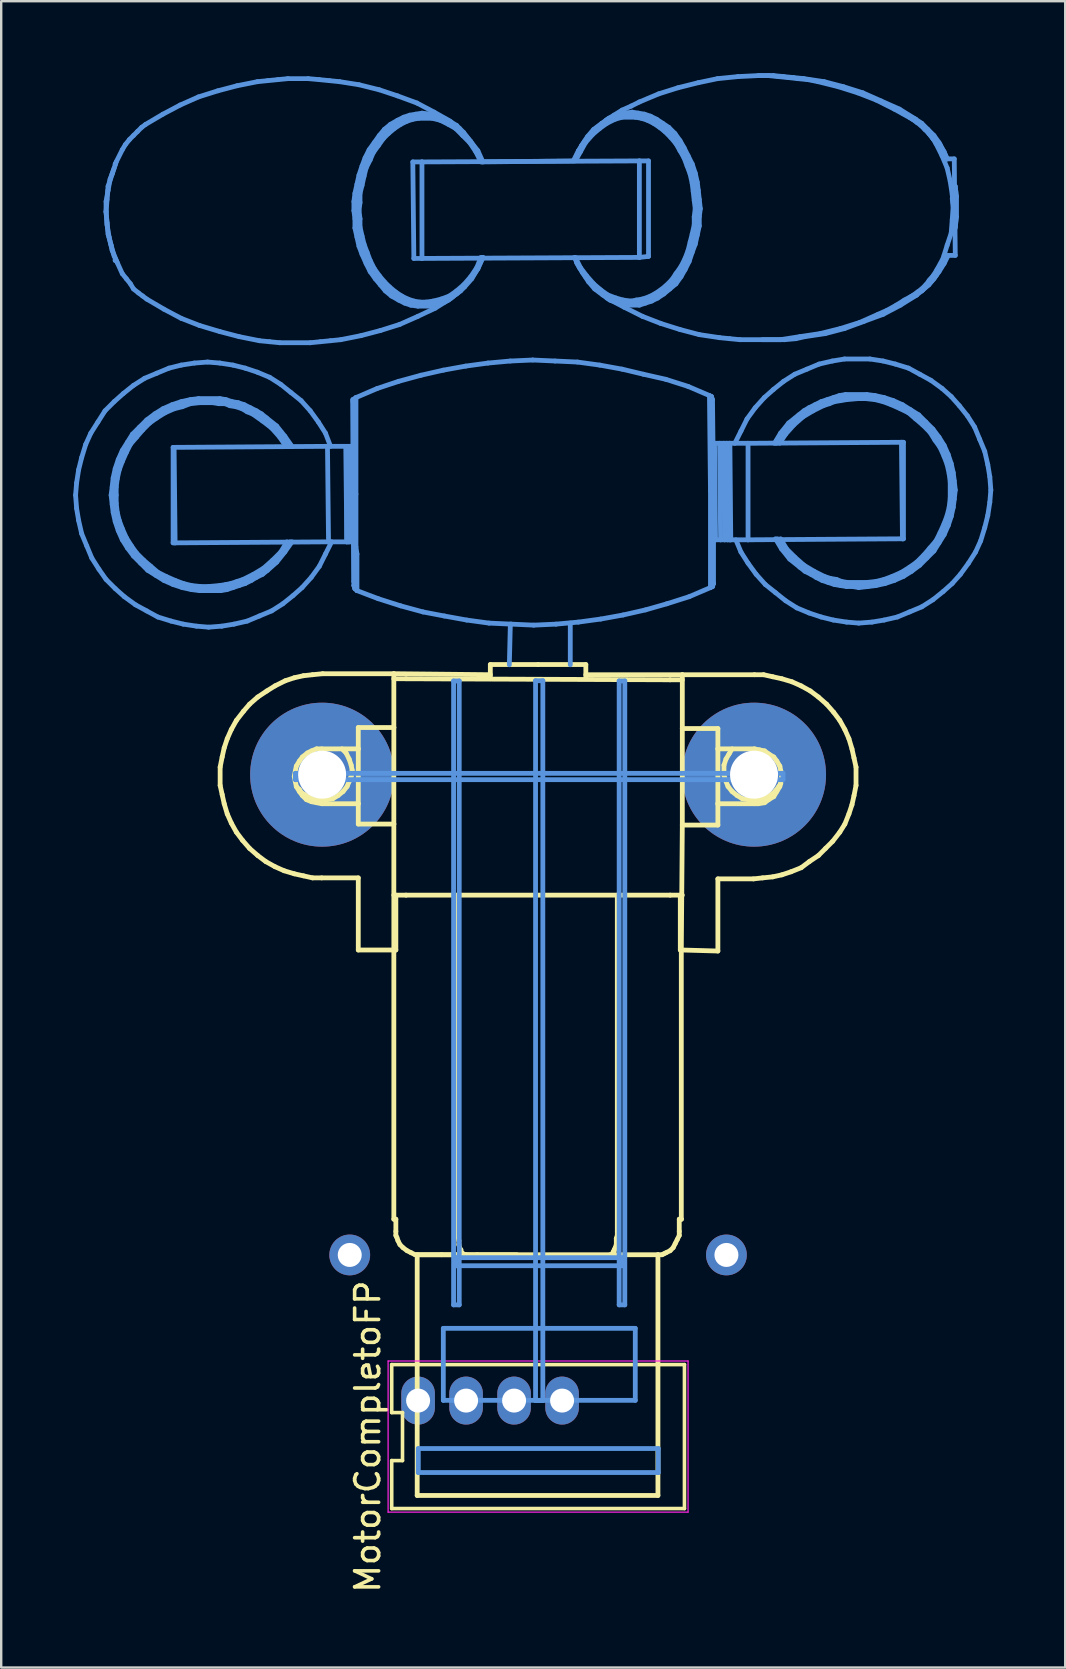
<source format=kicad_pcb>
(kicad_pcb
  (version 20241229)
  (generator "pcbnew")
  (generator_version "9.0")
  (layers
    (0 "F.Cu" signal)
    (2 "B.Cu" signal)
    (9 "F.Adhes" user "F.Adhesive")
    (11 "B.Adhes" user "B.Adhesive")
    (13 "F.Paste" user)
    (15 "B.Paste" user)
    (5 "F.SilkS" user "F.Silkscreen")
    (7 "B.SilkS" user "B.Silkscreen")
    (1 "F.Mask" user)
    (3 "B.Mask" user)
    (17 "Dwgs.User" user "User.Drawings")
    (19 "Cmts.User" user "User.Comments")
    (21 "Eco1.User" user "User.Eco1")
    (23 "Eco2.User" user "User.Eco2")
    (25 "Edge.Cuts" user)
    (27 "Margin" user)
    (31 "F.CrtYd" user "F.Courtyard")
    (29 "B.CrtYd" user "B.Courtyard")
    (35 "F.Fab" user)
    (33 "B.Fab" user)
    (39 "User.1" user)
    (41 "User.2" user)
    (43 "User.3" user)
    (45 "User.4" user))
  (footprint "MotorCompletoFP"
    (layer "F.Cu")
    (at 19.374 41.959)
    (property "Reference" "MotorCompletoFP" (at -7.1 14.859 90) (layer "F.SilkS") (effects (font (size 1 1) (thickness 0.15))))
    (attr through_hole)
    (fp_line (start -13.25 -13.039) (end -13.25 -12.277) (stroke (width 0.2) (type solid)) (layer "F.SilkS"))
    (fp_line (start -13.25 -12.277) (end -13.166 -11.896) (stroke (width 0.2) (type solid)) (layer "F.SilkS"))
    (fp_line (start -13.166 -13.462) (end -13.25 -13.039) (stroke (width 0.2) (type solid)) (layer "F.SilkS"))
    (fp_line (start -13.166 -11.896) (end -13.081 -11.515) (stroke (width 0.2) (type solid)) (layer "F.SilkS"))
    (fp_line (start -13.081 -13.843) (end -13.166 -13.462) (stroke (width 0.2) (type solid)) (layer "F.SilkS"))
    (fp_line (start -13.081 -11.515) (end -12.954 -11.091) (stroke (width 0.2) (type solid)) (layer "F.SilkS"))
    (fp_line (start -12.954 -14.224) (end -13.081 -13.843) (stroke (width 0.2) (type solid)) (layer "F.SilkS"))
    (fp_line (start -12.954 -11.091) (end -12.785 -10.71) (stroke (width 0.2) (type solid)) (layer "F.SilkS"))
    (fp_line (start -12.785 -14.605) (end -12.954 -14.224) (stroke (width 0.2) (type solid)) (layer "F.SilkS"))
    (fp_line (start -12.785 -10.71) (end -12.573 -10.329) (stroke (width 0.2) (type solid)) (layer "F.SilkS"))
    (fp_line (start -12.573 -14.986) (end -12.785 -14.605) (stroke (width 0.2) (type solid)) (layer "F.SilkS"))
    (fp_line (start -12.573 -10.329) (end -12.319 -9.991) (stroke (width 0.2) (type solid)) (layer "F.SilkS"))
    (fp_line (start -12.319 -9.991) (end -12.023 -9.652) (stroke (width 0.2) (type solid)) (layer "F.SilkS"))
    (fp_line (start -12.277 -15.367) (end -12.573 -14.986) (stroke (width 0.2) (type solid)) (layer "F.SilkS"))
    (fp_line (start -12.023 -15.663) (end -12.277 -15.367) (stroke (width 0.2) (type solid)) (layer "F.SilkS"))
    (fp_line (start -12.023 -9.652) (end -11.684 -9.356) (stroke (width 0.2) (type solid)) (layer "F.SilkS"))
    (fp_line (start -11.684 -15.96) (end -12.023 -15.663) (stroke (width 0.2) (type solid)) (layer "F.SilkS"))
    (fp_line (start -11.684 -9.356) (end -11.345 -9.102) (stroke (width 0.2) (type solid)) (layer "F.SilkS"))
    (fp_line (start -11.345 -9.102) (end -10.964 -8.89) (stroke (width 0.2) (type solid)) (layer "F.SilkS"))
    (fp_line (start -11.303 -16.214) (end -11.684 -15.96) (stroke (width 0.2) (type solid)) (layer "F.SilkS"))
    (fp_line (start -10.964 -16.425) (end -11.303 -16.214) (stroke (width 0.2) (type solid)) (layer "F.SilkS"))
    (fp_line (start -10.964 -8.89) (end -10.583 -8.721) (stroke (width 0.2) (type solid)) (layer "F.SilkS"))
    (fp_line (start -10.583 -8.721) (end -10.16 -8.594) (stroke (width 0.2) (type solid)) (layer "F.SilkS"))
    (fp_line (start -10.541 -16.637) (end -10.964 -16.425) (stroke (width 0.2) (type solid)) (layer "F.SilkS"))
    (fp_line (start -10.16 -16.764) (end -10.541 -16.637) (stroke (width 0.2) (type solid)) (layer "F.SilkS"))
    (fp_line (start -10.16 -8.594) (end -9.779 -8.509) (stroke (width 0.2) (type solid)) (layer "F.SilkS"))
    (fp_line (start -10.16 -12.658) (end -10.118 -12.869) (stroke (width 0.2) (type solid)) (layer "F.SilkS"))
    (fp_line (start -10.118 -12.869) (end -10.075 -13.081) (stroke (width 0.2) (type solid)) (layer "F.SilkS"))
    (fp_line (start -10.118 -12.446) (end -10.16 -12.658) (stroke (width 0.2) (type solid)) (layer "F.SilkS"))
    (fp_line (start -10.075 -13.081) (end -9.948 -13.293) (stroke (width 0.2) (type solid)) (layer "F.SilkS"))
    (fp_line (start -10.075 -12.234) (end -9.948 -12.107) (stroke (width 0.2) (type solid)) (layer "F.SilkS"))
    (fp_line (start -10.075 -12.234) (end -10.118 -12.446) (stroke (width 0.2) (type solid)) (layer "F.SilkS"))
    (fp_line (start -9.948 -13.293) (end -9.821 -13.462) (stroke (width 0.2) (type solid)) (layer "F.SilkS"))
    (fp_line (start -9.948 -12.107) (end -9.864 -11.98) (stroke (width 0.2) (type solid)) (layer "F.SilkS"))
    (fp_line (start -9.948 -12.023) (end -10.075 -12.234) (stroke (width 0.2) (type solid)) (layer "F.SilkS"))
    (fp_line (start -9.864 -11.98) (end -9.737 -11.896) (stroke (width 0.2) (type solid)) (layer "F.SilkS"))
    (fp_line (start -9.821 -13.462) (end -9.61 -13.631) (stroke (width 0.2) (type solid)) (layer "F.SilkS"))
    (fp_line (start -9.821 -11.853) (end -9.948 -12.023) (stroke (width 0.2) (type solid)) (layer "F.SilkS"))
    (fp_line (start -9.779 -16.849) (end -10.16 -16.764) (stroke (width 0.2) (type solid)) (layer "F.SilkS"))
    (fp_line (start -9.779 -8.509) (end -9.398 -8.424) (stroke (width 0.2) (type solid)) (layer "F.SilkS"))
    (fp_line (start -9.737 -11.896) (end -9.567 -11.811) (stroke (width 0.2) (type solid)) (layer "F.SilkS"))
    (fp_line (start -9.652 -11.684) (end -9.821 -11.853) (stroke (width 0.2) (type solid)) (layer "F.SilkS"))
    (fp_line (start -9.61 -13.631) (end -9.44 -13.716) (stroke (width 0.2) (type solid)) (layer "F.SilkS"))
    (fp_line (start -9.567 -11.811) (end -9.44 -11.726) (stroke (width 0.2) (type solid)) (layer "F.SilkS"))
    (fp_line (start -9.44 -13.716) (end -9.229 -13.801) (stroke (width 0.2) (type solid)) (layer "F.SilkS"))
    (fp_line (start -9.44 -11.599) (end -9.652 -11.684) (stroke (width 0.2) (type solid)) (layer "F.SilkS"))
    (fp_line (start -9.44 -11.726) (end -9.313 -11.684) (stroke (width 0.2) (type solid)) (layer "F.SilkS"))
    (fp_line (start -9.398 -16.891) (end -9.779 -16.849) (stroke (width 0.2) (type solid)) (layer "F.SilkS"))
    (fp_line (start -9.398 -8.424) (end -9.017 -8.424) (stroke (width 0.2) (type solid)) (layer "F.SilkS"))
    (fp_line (start -9.313 -11.684) (end -9.144 -11.684) (stroke (width 0.2) (type solid)) (layer "F.SilkS"))
    (fp_line (start -9.229 -13.801) (end -9.017 -13.801) (stroke (width 0.2) (type solid)) (layer "F.SilkS"))
    (fp_line (start -9.229 -11.557) (end -9.44 -11.599) (stroke (width 0.2) (type solid)) (layer "F.SilkS"))
    (fp_line (start -9.144 -11.684) (end -9.017 -11.642) (stroke (width 0.2) (type solid)) (layer "F.SilkS"))
    (fp_line (start -9.017 -13.801) (end -7.493 -13.801) (stroke (width 0.2) (type solid)) (layer "F.SilkS"))
    (fp_line (start -9.017 -11.515) (end -9.229 -11.557) (stroke (width 0.2) (type solid)) (layer "F.SilkS"))
    (fp_line (start -9.017 -8.424) (end -7.493 -8.424) (stroke (width 0.2) (type solid)) (layer "F.SilkS"))
    (fp_line (start -9.017 -11.642) (end -8.805 -11.684) (stroke (width 0.2) (type solid)) (layer "F.SilkS"))
    (fp_line (start -8.975 -16.933) (end -9.398 -16.891) (stroke (width 0.2) (type solid)) (layer "F.SilkS"))
    (fp_line (start -8.805 -11.684) (end -8.551 -11.726) (stroke (width 0.2) (type solid)) (layer "F.SilkS"))
    (fp_line (start -8.551 -11.726) (end -8.34 -11.853) (stroke (width 0.2) (type solid)) (layer "F.SilkS"))
    (fp_line (start -8.34 -11.853) (end -8.128 -12.023) (stroke (width 0.2) (type solid)) (layer "F.SilkS"))
    (fp_line (start -8.128 -12.023) (end -7.959 -12.234) (stroke (width 0.2) (type solid)) (layer "F.SilkS"))
    (fp_line (start -8.001 -13.631) (end -8.17 -13.801) (stroke (width 0.2) (type solid)) (layer "F.SilkS"))
    (fp_line (start -7.959 -12.234) (end -7.874 -12.446) (stroke (width 0.2) (type solid)) (layer "F.SilkS"))
    (fp_line (start -7.874 -13.377) (end -8.001 -13.631) (stroke (width 0.2) (type solid)) (layer "F.SilkS"))
    (fp_line (start -7.874 -12.446) (end -7.789 -12.658) (stroke (width 0.2) (type solid)) (layer "F.SilkS"))
    (fp_line (start -7.789 -13.123) (end -7.874 -13.377) (stroke (width 0.2) (type solid)) (layer "F.SilkS"))
    (fp_line (start -7.789 -12.658) (end -7.747 -12.912) (stroke (width 0.2) (type solid)) (layer "F.SilkS"))
    (fp_line (start -7.747 -12.912) (end -7.789 -13.123) (stroke (width 0.2) (type solid)) (layer "F.SilkS"))
    (fp_line (start -7.493 -14.69) (end -6.011 -14.69) (stroke (width 0.2) (type solid)) (layer "F.SilkS"))
    (fp_line (start -7.493 -13.801) (end -7.493 -14.69) (stroke (width 0.2) (type solid)) (layer "F.SilkS"))
    (fp_line (start -7.493 -13.801) (end -7.493 -11.515) (stroke (width 0.2) (type solid)) (layer "F.SilkS"))
    (fp_line (start -7.493 -11.515) (end -9.017 -11.515) (stroke (width 0.2) (type solid)) (layer "F.SilkS"))
    (fp_line (start -7.493 -10.668) (end -7.493 -11.515) (stroke (width 0.2) (type solid)) (layer "F.SilkS"))
    (fp_line (start -7.493 -8.424) (end -7.493 -5.419) (stroke (width 0.2) (type solid)) (layer "F.SilkS"))
    (fp_line (start -7.493 -5.419) (end -6.011 -5.419) (stroke (width 0.2) (type solid)) (layer "F.SilkS"))
    (fp_line (start -6.1 11.859) (end -6.1 13.859) (stroke (width 0.15) (type solid)) (layer "F.SilkS"))
    (fp_line (start -6.1 13.859) (end -5.65 13.859) (stroke (width 0.15) (type solid)) (layer "F.SilkS"))
    (fp_line (start -6.1 15.859) (end -6.1 17.859) (stroke (width 0.15) (type solid)) (layer "F.SilkS"))
    (fp_line (start -6.1 17.859) (end 6.1 17.859) (stroke (width 0.15) (type solid)) (layer "F.SilkS"))
    (fp_line (start -6.011 -16.933) (end -8.975 -16.933) (stroke (width 0.2) (type solid)) (layer "F.SilkS"))
    (fp_line (start -6.011 -14.69) (end -6.011 -16.933) (stroke (width 0.2) (type solid)) (layer "F.SilkS"))
    (fp_line (start -6.011 -14.69) (end -6.011 -10.668) (stroke (width 0.2) (type solid)) (layer "F.SilkS"))
    (fp_line (start -6.011 -10.668) (end -7.493 -10.668) (stroke (width 0.2) (type solid)) (layer "F.SilkS"))
    (fp_line (start -6.011 -7.705) (end -5.503 -7.705) (stroke (width 0.2) (type solid)) (layer "F.SilkS"))
    (fp_line (start -6.011 -5.419) (end -6.011 -10.668) (stroke (width 0.2) (type solid)) (layer "F.SilkS"))
    (fp_line (start -6.011 5.8) (end -6.011 -5.419) (stroke (width 0.2) (type solid)) (layer "F.SilkS"))
    (fp_line (start -6.011 5.8) (end -5.927 5.8) (stroke (width 0.2) (type solid)) (layer "F.SilkS"))
    (fp_line (start -5.927 -7.705) (end -5.927 -5.419) (stroke (width 0.2) (type solid)) (layer "F.SilkS"))
    (fp_line (start -5.927 -5.419) (end -6.011 -5.419) (stroke (width 0.2) (type solid)) (layer "F.SilkS"))
    (fp_line (start -5.927 6.308) (end -5.927 6.477) (stroke (width 0.2) (type solid)) (layer "F.SilkS"))
    (fp_line (start -5.927 6.477) (end -5.884 6.562) (stroke (width 0.2) (type solid)) (layer "F.SilkS"))
    (fp_line (start -5.927 5.8) (end -5.927 6.308) (stroke (width 0.2) (type solid)) (layer "F.SilkS"))
    (fp_line (start -5.884 6.562) (end -5.842 6.689) (stroke (width 0.2) (type solid)) (layer "F.SilkS"))
    (fp_line (start -5.842 6.689) (end -5.757 6.858) (stroke (width 0.2) (type solid)) (layer "F.SilkS"))
    (fp_line (start -5.757 6.858) (end -5.63 6.985) (stroke (width 0.2) (type solid)) (layer "F.SilkS"))
    (fp_line (start -5.65 13.859) (end -5.65 15.859) (stroke (width 0.15) (type solid)) (layer "F.SilkS"))
    (fp_line (start -5.65 15.859) (end -6.1 15.859) (stroke (width 0.15) (type solid)) (layer "F.SilkS"))
    (fp_line (start -5.63 6.985) (end -5.461 7.112) (stroke (width 0.2) (type solid)) (layer "F.SilkS"))
    (fp_line (start -5.503 -16.722) (end -6.011 -16.722) (stroke (width 0.2) (type solid)) (layer "F.SilkS"))
    (fp_line (start -5.503 -7.705) (end -3.344 -7.705) (stroke (width 0.2) (type solid)) (layer "F.SilkS"))
    (fp_line (start -5.461 7.112) (end -5.292 7.197) (stroke (width 0.2) (type solid)) (layer "F.SilkS"))
    (fp_line (start -5.292 7.197) (end -5.122 7.281) (stroke (width 0.2) (type solid)) (layer "F.SilkS"))
    (fp_line (start -5.122 7.281) (end -3.006 7.281) (stroke (width 0.2) (type solid)) (layer "F.SilkS"))
    (fp_line (start -5.038 7.281) (end -5.038 17.314) (stroke (width 0.2) (type solid)) (layer "F.SilkS"))
    (fp_line (start -5.038 17.314) (end 4.995 17.314) (stroke (width 0.2) (type solid)) (layer "F.SilkS"))
    (fp_line (start -4.022 7.281) (end -4.022 7.281) (stroke (width 0.2) (type solid)) (layer "F.SilkS"))
    (fp_line (start -3.514 7.281) (end -3.514 7.281) (stroke (width 0.2) (type solid)) (layer "F.SilkS"))
    (fp_line (start -3.344 -7.705) (end 5.503 -7.705) (stroke (width 0.2) (type solid)) (layer "F.SilkS"))
    (fp_line (start -3.344 6.308) (end -3.344 -7.705) (stroke (width 0.2) (type solid)) (layer "F.SilkS"))
    (fp_line (start -3.344 6.308) (end -3.344 6.308) (stroke (width 0.2) (type solid)) (layer "F.SilkS"))
    (fp_line (start -3.344 6.52) (end -3.344 6.308) (stroke (width 0.2) (type solid)) (layer "F.SilkS"))
    (fp_line (start -3.302 6.689) (end -3.344 6.52) (stroke (width 0.2) (type solid)) (layer "F.SilkS"))
    (fp_line (start -3.302 6.858) (end -3.302 6.689) (stroke (width 0.2) (type solid)) (layer "F.SilkS"))
    (fp_line (start -3.26 7.028) (end -3.302 6.858) (stroke (width 0.2) (type solid)) (layer "F.SilkS"))
    (fp_line (start -3.217 7.07) (end -3.26 7.028) (stroke (width 0.2) (type solid)) (layer "F.SilkS"))
    (fp_line (start -3.217 7.155) (end -3.217 7.07) (stroke (width 0.2) (type solid)) (layer "F.SilkS"))
    (fp_line (start -3.175 7.197) (end -3.217 7.155) (stroke (width 0.2) (type solid)) (layer "F.SilkS"))
    (fp_line (start -3.133 7.239) (end -3.175 7.197) (stroke (width 0.2) (type solid)) (layer "F.SilkS"))
    (fp_line (start -3.133 7.239) (end -3.133 7.239) (stroke (width 0.2) (type solid)) (layer "F.SilkS"))
    (fp_line (start -3.09 7.281) (end -3.133 7.239) (stroke (width 0.2) (type solid)) (layer "F.SilkS"))
    (fp_line (start -3.006 7.281) (end -3.09 7.281) (stroke (width 0.2) (type solid)) (layer "F.SilkS"))
    (fp_line (start -3.006 7.281) (end -0.889 7.281) (stroke (width 0.2) (type solid)) (layer "F.SilkS"))
    (fp_line (start -2.54 7.281) (end -2.54 7.281) (stroke (width 0.2) (type solid)) (layer "F.SilkS"))
    (fp_line (start -1.99 -17.314) (end -1.99 -16.722) (stroke (width 0.2) (type solid)) (layer "F.SilkS"))
    (fp_line (start -1.99 -16.891) (end -6.011 -16.933) (stroke (width 0.2) (type solid)) (layer "F.SilkS"))
    (fp_line (start -0.000003 -17.314) (end -1.99 -17.314) (stroke (width 0.2) (type solid)) (layer "F.SilkS"))
    (fp_line (start 1.99 -17.314) (end -0.000003 -17.314) (stroke (width 0.2) (type solid)) (layer "F.SilkS"))
    (fp_line (start 1.99 -17.314) (end 1.99 -16.722) (stroke (width 0.2) (type solid)) (layer "F.SilkS"))
    (fp_line (start 3.048 7.281) (end 3.006 7.281) (stroke (width 0.2) (type solid)) (layer "F.SilkS"))
    (fp_line (start 3.09 7.239) (end 3.048 7.281) (stroke (width 0.2) (type solid)) (layer "F.SilkS"))
    (fp_line (start 3.133 7.154) (end 3.133 7.197) (stroke (width 0.2) (type solid)) (layer "F.SilkS"))
    (fp_line (start 3.133 7.197) (end 3.09 7.239) (stroke (width 0.2) (type solid)) (layer "F.SilkS"))
    (fp_line (start 3.175 7.07) (end 3.175 7.112) (stroke (width 0.2) (type solid)) (layer "F.SilkS"))
    (fp_line (start 3.175 7.112) (end 3.133 7.154) (stroke (width 0.2) (type solid)) (layer "F.SilkS"))
    (fp_line (start 3.217 6.985) (end 3.175 7.07) (stroke (width 0.2) (type solid)) (layer "F.SilkS"))
    (fp_line (start 3.26 6.604) (end 3.26 6.858) (stroke (width 0.2) (type solid)) (layer "F.SilkS"))
    (fp_line (start 3.26 6.858) (end 3.217 6.985) (stroke (width 0.2) (type solid)) (layer "F.SilkS"))
    (fp_line (start 3.302 -7.705) (end 3.302 6.308) (stroke (width 0.2) (type solid)) (layer "F.SilkS"))
    (fp_line (start 3.302 6.308) (end 3.302 6.477) (stroke (width 0.2) (type solid)) (layer "F.SilkS"))
    (fp_line (start 3.302 6.477) (end 3.26 6.604) (stroke (width 0.2) (type solid)) (layer "F.SilkS"))
    (fp_line (start 4.995 7.281) (end -5.038 7.281) (stroke (width 0.2) (type solid)) (layer "F.SilkS"))
    (fp_line (start 4.995 7.281) (end 5.165 7.281) (stroke (width 0.2) (type solid)) (layer "F.SilkS"))
    (fp_line (start 4.995 17.314) (end 4.995 7.281) (stroke (width 0.2) (type solid)) (layer "F.SilkS"))
    (fp_line (start 5.165 7.281) (end 5.249 7.239) (stroke (width 0.2) (type solid)) (layer "F.SilkS"))
    (fp_line (start 5.249 7.239) (end 5.334 7.197) (stroke (width 0.2) (type solid)) (layer "F.SilkS"))
    (fp_line (start 5.334 7.197) (end 5.503 7.112) (stroke (width 0.2) (type solid)) (layer "F.SilkS"))
    (fp_line (start 5.503 -16.679) (end -5.503 -16.722) (stroke (width 0.2) (type solid)) (layer "F.SilkS"))
    (fp_line (start 5.503 -7.705) (end 6.011 -7.705) (stroke (width 0.2) (type solid)) (layer "F.SilkS"))
    (fp_line (start 5.503 7.112) (end 5.63 6.985) (stroke (width 0.2) (type solid)) (layer "F.SilkS"))
    (fp_line (start 5.63 6.985) (end 5.715 6.816) (stroke (width 0.2) (type solid)) (layer "F.SilkS"))
    (fp_line (start 5.715 6.816) (end 5.8 6.646) (stroke (width 0.2) (type solid)) (layer "F.SilkS"))
    (fp_line (start 5.8 6.646) (end 5.884 6.477) (stroke (width 0.2) (type solid)) (layer "F.SilkS"))
    (fp_line (start 5.884 5.8) (end 5.969 5.8) (stroke (width 0.2) (type solid)) (layer "F.SilkS"))
    (fp_line (start 5.884 6.308) (end 5.884 5.8) (stroke (width 0.2) (type solid)) (layer "F.SilkS"))
    (fp_line (start 5.884 6.477) (end 5.884 6.308) (stroke (width 0.2) (type solid)) (layer "F.SilkS"))
    (fp_line (start 5.927 -5.419) (end 5.927 -7.705) (stroke (width 0.2) (type solid)) (layer "F.SilkS"))
    (fp_line (start 5.927 -5.419) (end 5.969 -5.419) (stroke (width 0.2) (type solid)) (layer "F.SilkS"))
    (fp_line (start 5.969 5.8) (end 5.969 -5.419) (stroke (width 0.2) (type solid)) (layer "F.SilkS"))
    (fp_line (start 5.969 -5.419) (end 7.493 -5.376) (stroke (width 0.2) (type solid)) (layer "F.SilkS"))
    (fp_line (start 5.969 5.8) (end 5.969 5.8) (stroke (width 0.2) (type solid)) (layer "F.SilkS"))
    (fp_line (start 6.011 -16.891) (end 1.99 -16.891) (stroke (width 0.2) (type solid)) (layer "F.SilkS"))
    (fp_line (start 6.011 -16.891) (end 6.011 -14.647) (stroke (width 0.2) (type solid)) (layer "F.SilkS"))
    (fp_line (start 6.011 -16.679) (end 5.503 -16.679) (stroke (width 0.2) (type solid)) (layer "F.SilkS"))
    (fp_line (start 6.011 -14.647) (end 7.493 -14.647) (stroke (width 0.2) (type solid)) (layer "F.SilkS"))
    (fp_line (start 6.011 -10.626) (end 5.969 -5.419) (stroke (width 0.2) (type solid)) (layer "F.SilkS"))
    (fp_line (start 6.011 -10.626) (end 6.011 -14.647) (stroke (width 0.2) (type solid)) (layer "F.SilkS"))
    (fp_line (start 6.1 11.859) (end -6.1 11.859) (stroke (width 0.15) (type solid)) (layer "F.SilkS"))
    (fp_line (start 6.1 17.859) (end 6.1 11.859) (stroke (width 0.15) (type solid)) (layer "F.SilkS"))
    (fp_line (start 7.493 -14.647) (end 7.493 -13.801) (stroke (width 0.2) (type solid)) (layer "F.SilkS"))
    (fp_line (start 7.493 -13.801) (end 7.493 -11.515) (stroke (width 0.2) (type solid)) (layer "F.SilkS"))
    (fp_line (start 7.493 -13.801) (end 9.017 -13.801) (stroke (width 0.2) (type solid)) (layer "F.SilkS"))
    (fp_line (start 7.493 -11.515) (end 7.493 -10.626) (stroke (width 0.2) (type solid)) (layer "F.SilkS"))
    (fp_line (start 7.493 -10.626) (end 6.011 -10.626) (stroke (width 0.2) (type solid)) (layer "F.SilkS"))
    (fp_line (start 7.493 -8.382) (end 8.975 -8.382) (stroke (width 0.2) (type solid)) (layer "F.SilkS"))
    (fp_line (start 7.493 -5.376) (end 7.493 -8.382) (stroke (width 0.2) (type solid)) (layer "F.SilkS"))
    (fp_line (start 7.747 -13.123) (end 7.747 -12.7) (stroke (width 0.2) (type solid)) (layer "F.SilkS"))
    (fp_line (start 7.747 -12.7) (end 7.832 -12.446) (stroke (width 0.2) (type solid)) (layer "F.SilkS"))
    (fp_line (start 7.832 -13.377) (end 7.747 -13.123) (stroke (width 0.2) (type solid)) (layer "F.SilkS"))
    (fp_line (start 7.832 -12.446) (end 7.916 -12.234) (stroke (width 0.2) (type solid)) (layer "F.SilkS"))
    (fp_line (start 7.916 -12.234) (end 8.086 -12.023) (stroke (width 0.2) (type solid)) (layer "F.SilkS"))
    (fp_line (start 7.959 -13.589) (end 7.832 -13.377) (stroke (width 0.2) (type solid)) (layer "F.SilkS"))
    (fp_line (start 8.086 -13.801) (end 7.959 -13.589) (stroke (width 0.2) (type solid)) (layer "F.SilkS"))
    (fp_line (start 8.086 -12.023) (end 8.297 -11.853) (stroke (width 0.2) (type solid)) (layer "F.SilkS"))
    (fp_line (start 8.297 -11.853) (end 8.509 -11.726) (stroke (width 0.2) (type solid)) (layer "F.SilkS"))
    (fp_line (start 8.509 -11.726) (end 8.763 -11.684) (stroke (width 0.2) (type solid)) (layer "F.SilkS"))
    (fp_line (start 8.763 -11.684) (end 8.975 -11.642) (stroke (width 0.2) (type solid)) (layer "F.SilkS"))
    (fp_line (start 8.975 -8.382) (end 9.356 -8.424) (stroke (width 0.2) (type solid)) (layer "F.SilkS"))
    (fp_line (start 8.975 -11.642) (end 9.144 -11.684) (stroke (width 0.2) (type solid)) (layer "F.SilkS"))
    (fp_line (start 9.017 -16.891) (end 6.011 -16.891) (stroke (width 0.2) (type solid)) (layer "F.SilkS"))
    (fp_line (start 9.017 -13.801) (end 9.229 -13.758) (stroke (width 0.2) (type solid)) (layer "F.SilkS"))
    (fp_line (start 9.017 -11.515) (end 7.493 -11.515) (stroke (width 0.2) (type solid)) (layer "F.SilkS"))
    (fp_line (start 9.144 -11.684) (end 9.313 -11.684) (stroke (width 0.2) (type solid)) (layer "F.SilkS"))
    (fp_line (start 9.186 -11.515) (end 9.017 -11.515) (stroke (width 0.2) (type solid)) (layer "F.SilkS"))
    (fp_line (start 9.229 -13.758) (end 9.44 -13.716) (stroke (width 0.2) (type solid)) (layer "F.SilkS"))
    (fp_line (start 9.313 -11.684) (end 9.483 -11.769) (stroke (width 0.2) (type solid)) (layer "F.SilkS"))
    (fp_line (start 9.356 -8.424) (end 9.779 -8.467) (stroke (width 0.2) (type solid)) (layer "F.SilkS"))
    (fp_line (start 9.398 -16.891) (end 9.017 -16.891) (stroke (width 0.2) (type solid)) (layer "F.SilkS"))
    (fp_line (start 9.44 -13.716) (end 9.61 -13.589) (stroke (width 0.2) (type solid)) (layer "F.SilkS"))
    (fp_line (start 9.44 -11.557) (end 9.186 -11.515) (stroke (width 0.2) (type solid)) (layer "F.SilkS"))
    (fp_line (start 9.483 -11.769) (end 9.652 -11.853) (stroke (width 0.2) (type solid)) (layer "F.SilkS"))
    (fp_line (start 9.61 -13.589) (end 9.821 -13.462) (stroke (width 0.2) (type solid)) (layer "F.SilkS"))
    (fp_line (start 9.61 -11.684) (end 9.44 -11.557) (stroke (width 0.2) (type solid)) (layer "F.SilkS"))
    (fp_line (start 9.652 -11.853) (end 9.779 -11.938) (stroke (width 0.2) (type solid)) (layer "F.SilkS"))
    (fp_line (start 9.779 -16.806) (end 9.398 -16.891) (stroke (width 0.2) (type solid)) (layer "F.SilkS"))
    (fp_line (start 9.779 -8.467) (end 10.16 -8.551) (stroke (width 0.2) (type solid)) (layer "F.SilkS"))
    (fp_line (start 9.779 -11.938) (end 9.906 -12.065) (stroke (width 0.2) (type solid)) (layer "F.SilkS"))
    (fp_line (start 9.821 -13.462) (end 9.948 -13.293) (stroke (width 0.2) (type solid)) (layer "F.SilkS"))
    (fp_line (start 9.821 -11.811) (end 9.61 -11.684) (stroke (width 0.2) (type solid)) (layer "F.SilkS"))
    (fp_line (start 9.906 -12.065) (end 10.033 -12.234) (stroke (width 0.2) (type solid)) (layer "F.SilkS"))
    (fp_line (start 9.948 -13.293) (end 10.075 -13.081) (stroke (width 0.2) (type solid)) (layer "F.SilkS"))
    (fp_line (start 9.948 -12.023) (end 9.821 -11.811) (stroke (width 0.2) (type solid)) (layer "F.SilkS"))
    (fp_line (start 10.033 -12.234) (end 10.118 -12.361) (stroke (width 0.2) (type solid)) (layer "F.SilkS"))
    (fp_line (start 10.075 -13.081) (end 10.118 -12.869) (stroke (width 0.2) (type solid)) (layer "F.SilkS"))
    (fp_line (start 10.075 -12.234) (end 9.948 -12.023) (stroke (width 0.2) (type solid)) (layer "F.SilkS"))
    (fp_line (start 10.118 -12.869) (end 10.16 -12.658) (stroke (width 0.2) (type solid)) (layer "F.SilkS"))
    (fp_line (start 10.118 -12.446) (end 10.075 -12.234) (stroke (width 0.2) (type solid)) (layer "F.SilkS"))
    (fp_line (start 10.16 -12.658) (end 10.118 -12.446) (stroke (width 0.2) (type solid)) (layer "F.SilkS"))
    (fp_line (start 10.16 -16.722) (end 9.779 -16.806) (stroke (width 0.2) (type solid)) (layer "F.SilkS"))
    (fp_line (start 10.16 -8.551) (end 10.541 -8.678) (stroke (width 0.2) (type solid)) (layer "F.SilkS"))
    (fp_line (start 10.541 -8.678) (end 10.964 -8.848) (stroke (width 0.2) (type solid)) (layer "F.SilkS"))
    (fp_line (start 10.583 -16.595) (end 10.16 -16.722) (stroke (width 0.2) (type solid)) (layer "F.SilkS"))
    (fp_line (start 10.964 -16.425) (end 10.583 -16.595) (stroke (width 0.2) (type solid)) (layer "F.SilkS"))
    (fp_line (start 10.964 -8.848) (end 11.303 -9.102) (stroke (width 0.2) (type solid)) (layer "F.SilkS"))
    (fp_line (start 11.303 -9.102) (end 11.684 -9.356) (stroke (width 0.2) (type solid)) (layer "F.SilkS"))
    (fp_line (start 11.345 -16.214) (end 10.964 -16.425) (stroke (width 0.2) (type solid)) (layer "F.SilkS"))
    (fp_line (start 11.684 -15.96) (end 11.345 -16.214) (stroke (width 0.2) (type solid)) (layer "F.SilkS"))
    (fp_line (start 11.684 -9.356) (end 11.98 -9.652) (stroke (width 0.2) (type solid)) (layer "F.SilkS"))
    (fp_line (start 11.98 -9.652) (end 12.277 -9.948) (stroke (width 0.2) (type solid)) (layer "F.SilkS"))
    (fp_line (start 12.023 -15.663) (end 11.684 -15.96) (stroke (width 0.2) (type solid)) (layer "F.SilkS"))
    (fp_line (start 12.277 -9.948) (end 12.573 -10.329) (stroke (width 0.2) (type solid)) (layer "F.SilkS"))
    (fp_line (start 12.319 -15.325) (end 12.023 -15.663) (stroke (width 0.2) (type solid)) (layer "F.SilkS"))
    (fp_line (start 12.573 -14.986) (end 12.319 -15.325) (stroke (width 0.2) (type solid)) (layer "F.SilkS"))
    (fp_line (start 12.573 -10.329) (end 12.785 -10.668) (stroke (width 0.2) (type solid)) (layer "F.SilkS"))
    (fp_line (start 12.785 -14.605) (end 12.573 -14.986) (stroke (width 0.2) (type solid)) (layer "F.SilkS"))
    (fp_line (start 12.785 -10.668) (end 12.954 -11.091) (stroke (width 0.2) (type solid)) (layer "F.SilkS"))
    (fp_line (start 12.954 -14.224) (end 12.785 -14.605) (stroke (width 0.2) (type solid)) (layer "F.SilkS"))
    (fp_line (start 12.954 -11.091) (end 13.081 -11.472) (stroke (width 0.2) (type solid)) (layer "F.SilkS"))
    (fp_line (start 13.081 -13.801) (end 12.954 -14.224) (stroke (width 0.2) (type solid)) (layer "F.SilkS"))
    (fp_line (start 13.081 -11.472) (end 13.166 -11.853) (stroke (width 0.2) (type solid)) (layer "F.SilkS"))
    (fp_line (start 13.166 -13.42) (end 13.081 -13.801) (stroke (width 0.2) (type solid)) (layer "F.SilkS"))
    (fp_line (start 13.166 -11.853) (end 13.25 -12.277) (stroke (width 0.2) (type solid)) (layer "F.SilkS"))
    (fp_line (start 13.25 -13.039) (end 13.166 -13.42) (stroke (width 0.2) (type solid)) (layer "F.SilkS"))
    (fp_line (start 13.25 -12.277) (end 13.25 -13.039) (stroke (width 0.2) (type solid)) (layer "F.SilkS"))
    (fp_line (start -19.274 -24.376) (end -19.232 -24.884) (stroke (width 0.2) (type solid)) (layer "Cmts.User"))
    (fp_line (start -19.232 -24.884) (end -19.147 -25.434) (stroke (width 0.2) (type solid)) (layer "Cmts.User"))
    (fp_line (start -19.232 -23.825) (end -19.274 -24.376) (stroke (width 0.2) (type solid)) (layer "Cmts.User"))
    (fp_line (start -19.147 -25.434) (end -19.02 -25.942) (stroke (width 0.2) (type solid)) (layer "Cmts.User"))
    (fp_line (start -19.147 -23.317) (end -19.232 -23.825) (stroke (width 0.2) (type solid)) (layer "Cmts.User"))
    (fp_line (start -19.02 -25.942) (end -18.851 -26.492) (stroke (width 0.2) (type solid)) (layer "Cmts.User"))
    (fp_line (start -19.02 -22.767) (end -19.147 -23.317) (stroke (width 0.2) (type solid)) (layer "Cmts.User"))
    (fp_line (start -18.851 -26.492) (end -18.639 -26.958) (stroke (width 0.2) (type solid)) (layer "Cmts.User"))
    (fp_line (start -18.809 -22.259) (end -19.02 -22.767) (stroke (width 0.2) (type solid)) (layer "Cmts.User"))
    (fp_line (start -18.639 -26.958) (end -18.343 -27.424) (stroke (width 0.2) (type solid)) (layer "Cmts.User"))
    (fp_line (start -18.597 -21.751) (end -18.809 -22.259) (stroke (width 0.2) (type solid)) (layer "Cmts.User"))
    (fp_line (start -18.343 -27.424) (end -18.047 -27.889) (stroke (width 0.2) (type solid)) (layer "Cmts.User"))
    (fp_line (start -18.301 -21.285) (end -18.597 -21.751) (stroke (width 0.2) (type solid)) (layer "Cmts.User"))
    (fp_line (start -18.047 -27.889) (end -17.666 -28.27) (stroke (width 0.2) (type solid)) (layer "Cmts.User"))
    (fp_line (start -18.004 -36.61) (end -17.92 -37.076) (stroke (width 0.2) (type solid)) (layer "Cmts.User"))
    (fp_line (start -18.004 -36.187) (end -18.004 -36.61) (stroke (width 0.2) (type solid)) (layer "Cmts.User"))
    (fp_line (start -18.004 -20.862) (end -18.301 -21.285) (stroke (width 0.2) (type solid)) (layer "Cmts.User"))
    (fp_line (start -18.004 -36.187) (end -17.962 -36.695) (stroke (width 0.2) (type solid)) (layer "Cmts.User"))
    (fp_line (start -17.962 -36.695) (end -17.92 -37.245) (stroke (width 0.2) (type solid)) (layer "Cmts.User"))
    (fp_line (start -17.962 -35.636) (end -18.004 -36.187) (stroke (width 0.2) (type solid)) (layer "Cmts.User"))
    (fp_line (start -17.962 -35.721) (end -18.004 -36.187) (stroke (width 0.2) (type solid)) (layer "Cmts.User"))
    (fp_line (start -17.92 -37.245) (end -17.75 -37.753) (stroke (width 0.2) (type solid)) (layer "Cmts.User"))
    (fp_line (start -17.92 -35.255) (end -17.962 -35.721) (stroke (width 0.2) (type solid)) (layer "Cmts.User"))
    (fp_line (start -17.92 -37.076) (end -17.835 -37.541) (stroke (width 0.2) (type solid)) (layer "Cmts.User"))
    (fp_line (start -17.877 -35.128) (end -17.962 -35.636) (stroke (width 0.2) (type solid)) (layer "Cmts.User"))
    (fp_line (start -17.835 -37.541) (end -17.666 -38.007) (stroke (width 0.2) (type solid)) (layer "Cmts.User"))
    (fp_line (start -17.793 -34.79) (end -17.92 -35.255) (stroke (width 0.2) (type solid)) (layer "Cmts.User"))
    (fp_line (start -17.793 -24.376) (end -17.75 -24.714) (stroke (width 0.2) (type solid)) (layer "Cmts.User"))
    (fp_line (start -17.75 -37.753) (end -17.581 -38.261) (stroke (width 0.2) (type solid)) (layer "Cmts.User"))
    (fp_line (start -17.75 -24.714) (end -17.708 -25.095) (stroke (width 0.2) (type solid)) (layer "Cmts.User"))
    (fp_line (start -17.75 -34.578) (end -17.877 -35.128) (stroke (width 0.2) (type solid)) (layer "Cmts.User"))
    (fp_line (start -17.75 -23.995) (end -17.793 -24.376) (stroke (width 0.2) (type solid)) (layer "Cmts.User"))
    (fp_line (start -17.708 -25.095) (end -17.623 -25.476) (stroke (width 0.2) (type solid)) (layer "Cmts.User"))
    (fp_line (start -17.708 -23.656) (end -17.75 -23.995) (stroke (width 0.2) (type solid)) (layer "Cmts.User"))
    (fp_line (start -17.708 -24.376) (end -17.666 -24.714) (stroke (width 0.2) (type solid)) (layer "Cmts.User"))
    (fp_line (start -17.666 -24.714) (end -17.623 -25.095) (stroke (width 0.2) (type solid)) (layer "Cmts.User"))
    (fp_line (start -17.666 -34.324) (end -17.793 -34.79) (stroke (width 0.2) (type solid)) (layer "Cmts.User"))
    (fp_line (start -17.666 -28.27) (end -17.285 -28.609) (stroke (width 0.2) (type solid)) (layer "Cmts.User"))
    (fp_line (start -17.666 -24.037) (end -17.708 -24.376) (stroke (width 0.2) (type solid)) (layer "Cmts.User"))
    (fp_line (start -17.623 -25.095) (end -17.539 -25.476) (stroke (width 0.2) (type solid)) (layer "Cmts.User"))
    (fp_line (start -17.623 -25.476) (end -17.496 -25.857) (stroke (width 0.2) (type solid)) (layer "Cmts.User"))
    (fp_line (start -17.623 -23.656) (end -17.666 -24.037) (stroke (width 0.2) (type solid)) (layer "Cmts.User"))
    (fp_line (start -17.623 -38.176) (end -17.623 -38.176) (stroke (width 0.2) (type solid)) (layer "Cmts.User"))
    (fp_line (start -17.623 -38.134) (end -17.623 -38.176) (stroke (width 0.2) (type solid)) (layer "Cmts.User"))
    (fp_line (start -17.623 -34.155) (end -17.623 -34.239) (stroke (width 0.2) (type solid)) (layer "Cmts.User"))
    (fp_line (start -17.623 -34.155) (end -17.581 -34.155) (stroke (width 0.2) (type solid)) (layer "Cmts.User"))
    (fp_line (start -17.623 -23.275) (end -17.708 -23.656) (stroke (width 0.2) (type solid)) (layer "Cmts.User"))
    (fp_line (start -17.623 -20.481) (end -18.004 -20.862) (stroke (width 0.2) (type solid)) (layer "Cmts.User"))
    (fp_line (start -17.581 -38.261) (end -17.327 -38.769) (stroke (width 0.2) (type solid)) (layer "Cmts.User"))
    (fp_line (start -17.581 -24.714) (end -17.539 -25.053) (stroke (width 0.2) (type solid)) (layer "Cmts.User"))
    (fp_line (start -17.581 -24.376) (end -17.581 -24.714) (stroke (width 0.2) (type solid)) (layer "Cmts.User"))
    (fp_line (start -17.581 -24.037) (end -17.581 -24.376) (stroke (width 0.2) (type solid)) (layer "Cmts.User"))
    (fp_line (start -17.539 -25.476) (end -17.412 -25.815) (stroke (width 0.2) (type solid)) (layer "Cmts.User"))
    (fp_line (start -17.539 -25.053) (end -17.454 -25.434) (stroke (width 0.2) (type solid)) (layer "Cmts.User"))
    (fp_line (start -17.539 -23.656) (end -17.581 -24.037) (stroke (width 0.2) (type solid)) (layer "Cmts.User"))
    (fp_line (start -17.539 -34.07) (end -17.75 -34.578) (stroke (width 0.2) (type solid)) (layer "Cmts.User"))
    (fp_line (start -17.539 -23.275) (end -17.623 -23.656) (stroke (width 0.2) (type solid)) (layer "Cmts.User"))
    (fp_line (start -17.496 -25.857) (end -17.327 -26.238) (stroke (width 0.2) (type solid)) (layer "Cmts.User"))
    (fp_line (start -17.496 -22.894) (end -17.623 -23.275) (stroke (width 0.2) (type solid)) (layer "Cmts.User"))
    (fp_line (start -17.454 -25.434) (end -17.327 -25.773) (stroke (width 0.2) (type solid)) (layer "Cmts.User"))
    (fp_line (start -17.454 -23.317) (end -17.539 -23.656) (stroke (width 0.2) (type solid)) (layer "Cmts.User"))
    (fp_line (start -17.412 -25.815) (end -17.285 -26.196) (stroke (width 0.2) (type solid)) (layer "Cmts.User"))
    (fp_line (start -17.412 -22.936) (end -17.539 -23.275) (stroke (width 0.2) (type solid)) (layer "Cmts.User"))
    (fp_line (start -17.327 -38.769) (end -17.2 -38.981) (stroke (width 0.2) (type solid)) (layer "Cmts.User"))
    (fp_line (start -17.327 -26.238) (end -17.115 -26.577) (stroke (width 0.2) (type solid)) (layer "Cmts.User"))
    (fp_line (start -17.327 -33.604) (end -17.539 -34.07) (stroke (width 0.2) (type solid)) (layer "Cmts.User"))
    (fp_line (start -17.327 -25.773) (end -17.158 -26.154) (stroke (width 0.2) (type solid)) (layer "Cmts.User"))
    (fp_line (start -17.327 -22.979) (end -17.454 -23.317) (stroke (width 0.2) (type solid)) (layer "Cmts.User"))
    (fp_line (start -17.327 -22.513) (end -17.496 -22.894) (stroke (width 0.2) (type solid)) (layer "Cmts.User"))
    (fp_line (start -17.285 -26.196) (end -17.073 -26.535) (stroke (width 0.2) (type solid)) (layer "Cmts.User"))
    (fp_line (start -17.285 -28.609) (end -16.861 -28.948) (stroke (width 0.2) (type solid)) (layer "Cmts.User"))
    (fp_line (start -17.242 -22.555) (end -17.412 -22.936) (stroke (width 0.2) (type solid)) (layer "Cmts.User"))
    (fp_line (start -17.242 -20.142) (end -17.623 -20.481) (stroke (width 0.2) (type solid)) (layer "Cmts.User"))
    (fp_line (start -17.2 -38.981) (end -17.031 -39.192) (stroke (width 0.2) (type solid)) (layer "Cmts.User"))
    (fp_line (start -17.158 -33.393) (end -17.327 -33.604) (stroke (width 0.2) (type solid)) (layer "Cmts.User"))
    (fp_line (start -17.158 -26.154) (end -16.988 -26.492) (stroke (width 0.2) (type solid)) (layer "Cmts.User"))
    (fp_line (start -17.158 -22.598) (end -17.327 -22.979) (stroke (width 0.2) (type solid)) (layer "Cmts.User"))
    (fp_line (start -17.115 -26.577) (end -16.904 -26.916) (stroke (width 0.2) (type solid)) (layer "Cmts.User"))
    (fp_line (start -17.115 -22.174) (end -17.327 -22.513) (stroke (width 0.2) (type solid)) (layer "Cmts.User"))
    (fp_line (start -17.073 -26.535) (end -16.819 -26.873) (stroke (width 0.2) (type solid)) (layer "Cmts.User"))
    (fp_line (start -17.031 -39.192) (end -16.861 -39.362) (stroke (width 0.2) (type solid)) (layer "Cmts.User"))
    (fp_line (start -17.031 -22.217) (end -17.242 -22.555) (stroke (width 0.2) (type solid)) (layer "Cmts.User"))
    (fp_line (start -16.988 -33.181) (end -17.158 -33.393) (stroke (width 0.2) (type solid)) (layer "Cmts.User"))
    (fp_line (start -16.988 -26.492) (end -16.734 -26.789) (stroke (width 0.2) (type solid)) (layer "Cmts.User"))
    (fp_line (start -16.946 -22.259) (end -17.158 -22.598) (stroke (width 0.2) (type solid)) (layer "Cmts.User"))
    (fp_line (start -16.904 -26.916) (end -16.607 -27.212) (stroke (width 0.2) (type solid)) (layer "Cmts.User"))
    (fp_line (start -16.861 -39.362) (end -16.692 -39.531) (stroke (width 0.2) (type solid)) (layer "Cmts.User"))
    (fp_line (start -16.861 -32.969) (end -16.988 -33.181) (stroke (width 0.2) (type solid)) (layer "Cmts.User"))
    (fp_line (start -16.861 -28.948) (end -16.396 -29.244) (stroke (width 0.2) (type solid)) (layer "Cmts.User"))
    (fp_line (start -16.861 -21.836) (end -17.115 -22.174) (stroke (width 0.2) (type solid)) (layer "Cmts.User"))
    (fp_line (start -16.819 -26.873) (end -16.565 -27.17) (stroke (width 0.2) (type solid)) (layer "Cmts.User"))
    (fp_line (start -16.819 -21.878) (end -17.031 -22.217) (stroke (width 0.2) (type solid)) (layer "Cmts.User"))
    (fp_line (start -16.777 -19.804) (end -17.242 -20.142) (stroke (width 0.2) (type solid)) (layer "Cmts.User"))
    (fp_line (start -16.734 -26.789) (end -16.48 -27.085) (stroke (width 0.2) (type solid)) (layer "Cmts.User"))
    (fp_line (start -16.734 -21.963) (end -16.946 -22.259) (stroke (width 0.2) (type solid)) (layer "Cmts.User"))
    (fp_line (start -16.692 -39.531) (end -16.523 -39.7) (stroke (width 0.2) (type solid)) (layer "Cmts.User"))
    (fp_line (start -16.65 -32.8) (end -16.861 -32.969) (stroke (width 0.2) (type solid)) (layer "Cmts.User"))
    (fp_line (start -16.607 -27.212) (end -16.311 -27.508) (stroke (width 0.2) (type solid)) (layer "Cmts.User"))
    (fp_line (start -16.565 -27.17) (end -16.269 -27.424) (stroke (width 0.2) (type solid)) (layer "Cmts.User"))
    (fp_line (start -16.565 -21.539) (end -16.861 -21.836) (stroke (width 0.2) (type solid)) (layer "Cmts.User"))
    (fp_line (start -16.523 -39.7) (end -16.353 -39.827) (stroke (width 0.2) (type solid)) (layer "Cmts.User"))
    (fp_line (start -16.523 -21.582) (end -16.819 -21.878) (stroke (width 0.2) (type solid)) (layer "Cmts.User"))
    (fp_line (start -16.48 -32.673) (end -16.65 -32.8) (stroke (width 0.2) (type solid)) (layer "Cmts.User"))
    (fp_line (start -16.48 -27.085) (end -16.184 -27.381) (stroke (width 0.2) (type solid)) (layer "Cmts.User"))
    (fp_line (start -16.438 -21.666) (end -16.734 -21.963) (stroke (width 0.2) (type solid)) (layer "Cmts.User"))
    (fp_line (start -16.396 -29.244) (end -15.888 -29.456) (stroke (width 0.2) (type solid)) (layer "Cmts.User"))
    (fp_line (start -16.353 -39.827) (end -15.634 -40.251) (stroke (width 0.2) (type solid)) (layer "Cmts.User"))
    (fp_line (start -16.311 -27.508) (end -15.972 -27.762) (stroke (width 0.2) (type solid)) (layer "Cmts.User"))
    (fp_line (start -16.311 -32.546) (end -16.48 -32.673) (stroke (width 0.2) (type solid)) (layer "Cmts.User"))
    (fp_line (start -16.311 -19.55) (end -16.777 -19.804) (stroke (width 0.2) (type solid)) (layer "Cmts.User"))
    (fp_line (start -16.269 -27.424) (end -15.93 -27.678) (stroke (width 0.2) (type solid)) (layer "Cmts.User"))
    (fp_line (start -16.269 -21.243) (end -16.565 -21.539) (stroke (width 0.2) (type solid)) (layer "Cmts.User"))
    (fp_line (start -16.226 -21.328) (end -16.523 -21.582) (stroke (width 0.2) (type solid)) (layer "Cmts.User"))
    (fp_line (start -16.184 -27.381) (end -15.888 -27.593) (stroke (width 0.2) (type solid)) (layer "Cmts.User"))
    (fp_line (start -16.142 -21.412) (end -16.438 -21.666) (stroke (width 0.2) (type solid)) (layer "Cmts.User"))
    (fp_line (start -15.972 -27.762) (end -15.634 -27.974) (stroke (width 0.2) (type solid)) (layer "Cmts.User"))
    (fp_line (start -15.93 -27.678) (end -15.591 -27.889) (stroke (width 0.2) (type solid)) (layer "Cmts.User"))
    (fp_line (start -15.93 -21.031) (end -16.269 -21.243) (stroke (width 0.2) (type solid)) (layer "Cmts.User"))
    (fp_line (start -15.888 -29.456) (end -15.38 -29.667) (stroke (width 0.2) (type solid)) (layer "Cmts.User"))
    (fp_line (start -15.888 -27.593) (end -15.549 -27.805) (stroke (width 0.2) (type solid)) (layer "Cmts.User"))
    (fp_line (start -15.888 -21.074) (end -16.226 -21.328) (stroke (width 0.2) (type solid)) (layer "Cmts.User"))
    (fp_line (start -15.845 -21.158) (end -16.142 -21.412) (stroke (width 0.2) (type solid)) (layer "Cmts.User"))
    (fp_line (start -15.845 -19.296) (end -16.311 -19.55) (stroke (width 0.2) (type solid)) (layer "Cmts.User"))
    (fp_line (start -15.634 -27.974) (end -15.253 -28.143) (stroke (width 0.2) (type solid)) (layer "Cmts.User"))
    (fp_line (start -15.634 -40.251) (end -14.914 -40.632) (stroke (width 0.2) (type solid)) (layer "Cmts.User"))
    (fp_line (start -15.591 -27.889) (end -15.21 -28.059) (stroke (width 0.2) (type solid)) (layer "Cmts.User"))
    (fp_line (start -15.591 -32.123) (end -16.311 -32.546) (stroke (width 0.2) (type solid)) (layer "Cmts.User"))
    (fp_line (start -15.591 -20.82) (end -15.93 -21.031) (stroke (width 0.2) (type solid)) (layer "Cmts.User"))
    (fp_line (start -15.549 -27.805) (end -15.168 -27.974) (stroke (width 0.2) (type solid)) (layer "Cmts.User"))
    (fp_line (start -15.549 -20.904) (end -15.888 -21.074) (stroke (width 0.2) (type solid)) (layer "Cmts.User"))
    (fp_line (start -15.507 -20.989) (end -15.845 -21.158) (stroke (width 0.2) (type solid)) (layer "Cmts.User"))
    (fp_line (start -15.38 -29.667) (end -14.872 -29.794) (stroke (width 0.2) (type solid)) (layer "Cmts.User"))
    (fp_line (start -15.295 -19.126) (end -15.845 -19.296) (stroke (width 0.2) (type solid)) (layer "Cmts.User"))
    (fp_line (start -15.253 -28.143) (end -14.872 -28.27) (stroke (width 0.2) (type solid)) (layer "Cmts.User"))
    (fp_line (start -15.21 -28.059) (end -14.872 -28.186) (stroke (width 0.2) (type solid)) (layer "Cmts.User"))
    (fp_line (start -15.21 -26.365) (end -15.168 -26.365) (stroke (width 0.2) (type solid)) (layer "Cmts.User"))
    (fp_line (start -15.21 -22.386) (end -15.21 -26.365) (stroke (width 0.2) (type solid)) (layer "Cmts.User"))
    (fp_line (start -15.21 -22.386) (end -15.126 -22.386) (stroke (width 0.2) (type solid)) (layer "Cmts.User"))
    (fp_line (start -15.21 -20.65) (end -15.591 -20.82) (stroke (width 0.2) (type solid)) (layer "Cmts.User"))
    (fp_line (start -15.168 -27.974) (end -14.829 -28.059) (stroke (width 0.2) (type solid)) (layer "Cmts.User"))
    (fp_line (start -15.168 -26.365) (end -8.776 -26.408) (stroke (width 0.2) (type solid)) (layer "Cmts.User"))
    (fp_line (start -15.168 -20.735) (end -15.549 -20.904) (stroke (width 0.2) (type solid)) (layer "Cmts.User"))
    (fp_line (start -15.126 -22.386) (end -8.733 -22.428) (stroke (width 0.2) (type solid)) (layer "Cmts.User"))
    (fp_line (start -15.126 -20.82) (end -15.507 -20.989) (stroke (width 0.2) (type solid)) (layer "Cmts.User"))
    (fp_line (start -15.126 -22.386) (end -15.168 -26.365) (stroke (width 0.2) (type solid)) (layer "Cmts.User"))
    (fp_line (start -14.914 -40.632) (end -14.152 -40.97) (stroke (width 0.2) (type solid)) (layer "Cmts.User"))
    (fp_line (start -14.872 -28.27) (end -14.491 -28.355) (stroke (width 0.2) (type solid)) (layer "Cmts.User"))
    (fp_line (start -14.872 -28.186) (end -14.491 -28.27) (stroke (width 0.2) (type solid)) (layer "Cmts.User"))
    (fp_line (start -14.872 -31.742) (end -15.591 -32.123) (stroke (width 0.2) (type solid)) (layer "Cmts.User"))
    (fp_line (start -14.872 -29.794) (end -14.321 -29.879) (stroke (width 0.2) (type solid)) (layer "Cmts.User"))
    (fp_line (start -14.829 -28.059) (end -14.491 -28.186) (stroke (width 0.2) (type solid)) (layer "Cmts.User"))
    (fp_line (start -14.829 -20.608) (end -15.168 -20.735) (stroke (width 0.2) (type solid)) (layer "Cmts.User"))
    (fp_line (start -14.829 -20.523) (end -15.21 -20.65) (stroke (width 0.2) (type solid)) (layer "Cmts.User"))
    (fp_line (start -14.787 -20.693) (end -15.126 -20.82) (stroke (width 0.2) (type solid)) (layer "Cmts.User"))
    (fp_line (start -14.787 -18.999) (end -15.295 -19.126) (stroke (width 0.2) (type solid)) (layer "Cmts.User"))
    (fp_line (start -14.491 -28.355) (end -14.152 -28.397) (stroke (width 0.2) (type solid)) (layer "Cmts.User"))
    (fp_line (start -14.491 -28.27) (end -14.152 -28.313) (stroke (width 0.2) (type solid)) (layer "Cmts.User"))
    (fp_line (start -14.491 -28.186) (end -14.11 -28.228) (stroke (width 0.2) (type solid)) (layer "Cmts.User"))
    (fp_line (start -14.448 -20.608) (end -14.787 -20.693) (stroke (width 0.2) (type solid)) (layer "Cmts.User"))
    (fp_line (start -14.448 -20.523) (end -14.829 -20.608) (stroke (width 0.2) (type solid)) (layer "Cmts.User"))
    (fp_line (start -14.448 -20.439) (end -14.829 -20.523) (stroke (width 0.2) (type solid)) (layer "Cmts.User"))
    (fp_line (start -14.321 -29.879) (end -13.771 -29.921) (stroke (width 0.2) (type solid)) (layer "Cmts.User"))
    (fp_line (start -14.237 -18.915) (end -14.787 -18.999) (stroke (width 0.2) (type solid)) (layer "Cmts.User"))
    (fp_line (start -14.152 -28.397) (end -13.263 -28.397) (stroke (width 0.2) (type solid)) (layer "Cmts.User"))
    (fp_line (start -14.152 -28.313) (end -13.771 -28.355) (stroke (width 0.2) (type solid)) (layer "Cmts.User"))
    (fp_line (start -14.152 -40.97) (end -13.348 -41.224) (stroke (width 0.2) (type solid)) (layer "Cmts.User"))
    (fp_line (start -14.11 -31.445) (end -14.872 -31.742) (stroke (width 0.2) (type solid)) (layer "Cmts.User"))
    (fp_line (start -14.11 -28.228) (end -13.559 -28.228) (stroke (width 0.2) (type solid)) (layer "Cmts.User"))
    (fp_line (start -14.11 -20.396) (end -14.448 -20.439) (stroke (width 0.2) (type solid)) (layer "Cmts.User"))
    (fp_line (start -14.067 -20.566) (end -14.448 -20.608) (stroke (width 0.2) (type solid)) (layer "Cmts.User"))
    (fp_line (start -14.067 -20.481) (end -14.448 -20.523) (stroke (width 0.2) (type solid)) (layer "Cmts.User"))
    (fp_line (start -13.771 -28.355) (end -13.517 -28.313) (stroke (width 0.2) (type solid)) (layer "Cmts.User"))
    (fp_line (start -13.771 -29.921) (end -13.263 -29.879) (stroke (width 0.2) (type solid)) (layer "Cmts.User"))
    (fp_line (start -13.729 -20.566) (end -14.067 -20.566) (stroke (width 0.2) (type solid)) (layer "Cmts.User"))
    (fp_line (start -13.729 -20.439) (end -14.067 -20.481) (stroke (width 0.2) (type solid)) (layer "Cmts.User"))
    (fp_line (start -13.729 -18.872) (end -14.237 -18.915) (stroke (width 0.2) (type solid)) (layer "Cmts.User"))
    (fp_line (start -13.559 -28.228) (end -13.305 -28.186) (stroke (width 0.2) (type solid)) (layer "Cmts.User"))
    (fp_line (start -13.517 -28.313) (end -13.263 -28.313) (stroke (width 0.2) (type solid)) (layer "Cmts.User"))
    (fp_line (start -13.475 -20.481) (end -13.729 -20.439) (stroke (width 0.2) (type solid)) (layer "Cmts.User"))
    (fp_line (start -13.348 -41.224) (end -12.543 -41.436) (stroke (width 0.2) (type solid)) (layer "Cmts.User"))
    (fp_line (start -13.305 -28.186) (end -13.051 -28.186) (stroke (width 0.2) (type solid)) (layer "Cmts.User"))
    (fp_line (start -13.263 -28.397) (end -13.009 -28.355) (stroke (width 0.2) (type solid)) (layer "Cmts.User"))
    (fp_line (start -13.263 -28.313) (end -13.051 -28.27) (stroke (width 0.2) (type solid)) (layer "Cmts.User"))
    (fp_line (start -13.263 -31.191) (end -14.11 -31.445) (stroke (width 0.2) (type solid)) (layer "Cmts.User"))
    (fp_line (start -13.263 -29.879) (end -12.713 -29.794) (stroke (width 0.2) (type solid)) (layer "Cmts.User"))
    (fp_line (start -13.263 -20.608) (end -13.729 -20.566) (stroke (width 0.2) (type solid)) (layer "Cmts.User"))
    (fp_line (start -13.221 -20.481) (end -13.475 -20.481) (stroke (width 0.2) (type solid)) (layer "Cmts.User"))
    (fp_line (start -13.221 -20.396) (end -14.11 -20.396) (stroke (width 0.2) (type solid)) (layer "Cmts.User"))
    (fp_line (start -13.178 -18.915) (end -13.729 -18.872) (stroke (width 0.2) (type solid)) (layer "Cmts.User"))
    (fp_line (start -13.051 -28.27) (end -12.797 -28.228) (stroke (width 0.2) (type solid)) (layer "Cmts.User"))
    (fp_line (start -13.051 -28.186) (end -12.84 -28.101) (stroke (width 0.2) (type solid)) (layer "Cmts.User"))
    (fp_line (start -13.009 -28.355) (end -12.755 -28.27) (stroke (width 0.2) (type solid)) (layer "Cmts.User"))
    (fp_line (start -13.009 -20.65) (end -13.263 -20.608) (stroke (width 0.2) (type solid)) (layer "Cmts.User"))
    (fp_line (start -12.967 -20.523) (end -13.221 -20.481) (stroke (width 0.2) (type solid)) (layer "Cmts.User"))
    (fp_line (start -12.967 -20.439) (end -13.221 -20.396) (stroke (width 0.2) (type solid)) (layer "Cmts.User"))
    (fp_line (start -12.84 -28.101) (end -12.586 -28.059) (stroke (width 0.2) (type solid)) (layer "Cmts.User"))
    (fp_line (start -12.797 -28.228) (end -12.543 -28.143) (stroke (width 0.2) (type solid)) (layer "Cmts.User"))
    (fp_line (start -12.797 -20.693) (end -13.009 -20.65) (stroke (width 0.2) (type solid)) (layer "Cmts.User"))
    (fp_line (start -12.755 -28.27) (end -12.501 -28.228) (stroke (width 0.2) (type solid)) (layer "Cmts.User"))
    (fp_line (start -12.755 -20.608) (end -12.967 -20.523) (stroke (width 0.2) (type solid)) (layer "Cmts.User"))
    (fp_line (start -12.713 -29.794) (end -12.205 -29.667) (stroke (width 0.2) (type solid)) (layer "Cmts.User"))
    (fp_line (start -12.713 -20.523) (end -12.967 -20.439) (stroke (width 0.2) (type solid)) (layer "Cmts.User"))
    (fp_line (start -12.67 -18.999) (end -13.178 -18.915) (stroke (width 0.2) (type solid)) (layer "Cmts.User"))
    (fp_line (start -12.586 -28.059) (end -12.332 -27.974) (stroke (width 0.2) (type solid)) (layer "Cmts.User"))
    (fp_line (start -12.543 -28.143) (end -12.289 -28.059) (stroke (width 0.2) (type solid)) (layer "Cmts.User"))
    (fp_line (start -12.543 -41.436) (end -11.697 -41.605) (stroke (width 0.2) (type solid)) (layer "Cmts.User"))
    (fp_line (start -12.543 -20.777) (end -12.797 -20.693) (stroke (width 0.2) (type solid)) (layer "Cmts.User"))
    (fp_line (start -12.501 -28.228) (end -12.247 -28.143) (stroke (width 0.2) (type solid)) (layer "Cmts.User"))
    (fp_line (start -12.501 -20.65) (end -12.755 -20.608) (stroke (width 0.2) (type solid)) (layer "Cmts.User"))
    (fp_line (start -12.459 -30.98) (end -13.263 -31.191) (stroke (width 0.2) (type solid)) (layer "Cmts.User"))
    (fp_line (start -12.459 -20.608) (end -12.713 -20.523) (stroke (width 0.2) (type solid)) (layer "Cmts.User"))
    (fp_line (start -12.332 -27.974) (end -12.12 -27.847) (stroke (width 0.2) (type solid)) (layer "Cmts.User"))
    (fp_line (start -12.289 -28.059) (end -12.035 -27.932) (stroke (width 0.2) (type solid)) (layer "Cmts.User"))
    (fp_line (start -12.289 -20.862) (end -12.543 -20.777) (stroke (width 0.2) (type solid)) (layer "Cmts.User"))
    (fp_line (start -12.247 -28.143) (end -11.993 -28.016) (stroke (width 0.2) (type solid)) (layer "Cmts.User"))
    (fp_line (start -12.247 -20.735) (end -12.501 -20.65) (stroke (width 0.2) (type solid)) (layer "Cmts.User"))
    (fp_line (start -12.205 -29.667) (end -11.697 -29.498) (stroke (width 0.2) (type solid)) (layer "Cmts.User"))
    (fp_line (start -12.205 -20.693) (end -12.459 -20.608) (stroke (width 0.2) (type solid)) (layer "Cmts.User"))
    (fp_line (start -12.12 -27.847) (end -11.908 -27.762) (stroke (width 0.2) (type solid)) (layer "Cmts.User"))
    (fp_line (start -12.12 -19.126) (end -12.67 -18.999) (stroke (width 0.2) (type solid)) (layer "Cmts.User"))
    (fp_line (start -12.035 -27.932) (end -11.824 -27.847) (stroke (width 0.2) (type solid)) (layer "Cmts.User"))
    (fp_line (start -11.993 -28.016) (end -11.739 -27.889) (stroke (width 0.2) (type solid)) (layer "Cmts.User"))
    (fp_line (start -11.993 -20.862) (end -12.247 -20.735) (stroke (width 0.2) (type solid)) (layer "Cmts.User"))
    (fp_line (start -11.951 -20.82) (end -12.205 -20.693) (stroke (width 0.2) (type solid)) (layer "Cmts.User"))
    (fp_line (start -11.908 -27.762) (end -11.485 -27.466) (stroke (width 0.2) (type solid)) (layer "Cmts.User"))
    (fp_line (start -11.866 -21.074) (end -12.289 -20.862) (stroke (width 0.2) (type solid)) (layer "Cmts.User"))
    (fp_line (start -11.824 -27.847) (end -11.4 -27.551) (stroke (width 0.2) (type solid)) (layer "Cmts.User"))
    (fp_line (start -11.781 -20.989) (end -11.993 -20.862) (stroke (width 0.2) (type solid)) (layer "Cmts.User"))
    (fp_line (start -11.739 -27.889) (end -11.527 -27.762) (stroke (width 0.2) (type solid)) (layer "Cmts.User"))
    (fp_line (start -11.739 -20.947) (end -11.951 -20.82) (stroke (width 0.2) (type solid)) (layer "Cmts.User"))
    (fp_line (start -11.697 -41.605) (end -11.273 -41.648) (stroke (width 0.2) (type solid)) (layer "Cmts.User"))
    (fp_line (start -11.697 -29.498) (end -11.189 -29.286) (stroke (width 0.2) (type solid)) (layer "Cmts.User"))
    (fp_line (start -11.612 -30.81) (end -12.459 -30.98) (stroke (width 0.2) (type solid)) (layer "Cmts.User"))
    (fp_line (start -11.612 -19.338) (end -12.12 -19.126) (stroke (width 0.2) (type solid)) (layer "Cmts.User"))
    (fp_line (start -11.527 -27.762) (end -11.316 -27.593) (stroke (width 0.2) (type solid)) (layer "Cmts.User"))
    (fp_line (start -11.485 -27.466) (end -11.104 -27.17) (stroke (width 0.2) (type solid)) (layer "Cmts.User"))
    (fp_line (start -11.485 -21.074) (end -11.739 -20.947) (stroke (width 0.2) (type solid)) (layer "Cmts.User"))
    (fp_line (start -11.443 -21.328) (end -11.866 -21.074) (stroke (width 0.2) (type solid)) (layer "Cmts.User"))
    (fp_line (start -11.4 -27.551) (end -10.977 -27.212) (stroke (width 0.2) (type solid)) (layer "Cmts.User"))
    (fp_line (start -11.358 -21.285) (end -11.781 -20.989) (stroke (width 0.2) (type solid)) (layer "Cmts.User"))
    (fp_line (start -11.316 -27.593) (end -10.892 -27.254) (stroke (width 0.2) (type solid)) (layer "Cmts.User"))
    (fp_line (start -11.273 -41.648) (end -10.85 -41.69) (stroke (width 0.2) (type solid)) (layer "Cmts.User"))
    (fp_line (start -11.273 -21.243) (end -11.485 -21.074) (stroke (width 0.2) (type solid)) (layer "Cmts.User"))
    (fp_line (start -11.189 -30.768) (end -11.612 -30.81) (stroke (width 0.2) (type solid)) (layer "Cmts.User"))
    (fp_line (start -11.189 -29.286) (end -10.723 -28.99) (stroke (width 0.2) (type solid)) (layer "Cmts.User"))
    (fp_line (start -11.104 -27.17) (end -10.765 -26.789) (stroke (width 0.2) (type solid)) (layer "Cmts.User"))
    (fp_line (start -11.104 -19.55) (end -11.612 -19.338) (stroke (width 0.2) (type solid)) (layer "Cmts.User"))
    (fp_line (start -11.062 -21.666) (end -11.443 -21.328) (stroke (width 0.2) (type solid)) (layer "Cmts.User"))
    (fp_line (start -10.977 -27.212) (end -10.638 -26.831) (stroke (width 0.2) (type solid)) (layer "Cmts.User"))
    (fp_line (start -10.977 -21.624) (end -11.358 -21.285) (stroke (width 0.2) (type solid)) (layer "Cmts.User"))
    (fp_line (start -10.892 -27.254) (end -10.554 -26.831) (stroke (width 0.2) (type solid)) (layer "Cmts.User"))
    (fp_line (start -10.892 -21.582) (end -11.273 -21.243) (stroke (width 0.2) (type solid)) (layer "Cmts.User"))
    (fp_line (start -10.85 -41.69) (end -10.427 -41.732) (stroke (width 0.2) (type solid)) (layer "Cmts.User"))
    (fp_line (start -10.765 -30.726) (end -11.189 -30.768) (stroke (width 0.2) (type solid)) (layer "Cmts.User"))
    (fp_line (start -10.765 -26.789) (end -10.511 -26.408) (stroke (width 0.2) (type solid)) (layer "Cmts.User"))
    (fp_line (start -10.723 -28.99) (end -10.3 -28.651) (stroke (width 0.2) (type solid)) (layer "Cmts.User"))
    (fp_line (start -10.723 -22.005) (end -11.062 -21.666) (stroke (width 0.2) (type solid)) (layer "Cmts.User"))
    (fp_line (start -10.638 -26.831) (end -10.384 -26.408) (stroke (width 0.2) (type solid)) (layer "Cmts.User"))
    (fp_line (start -10.638 -22.005) (end -10.977 -21.624) (stroke (width 0.2) (type solid)) (layer "Cmts.User"))
    (fp_line (start -10.638 -19.846) (end -11.104 -19.55) (stroke (width 0.2) (type solid)) (layer "Cmts.User"))
    (fp_line (start -10.554 -26.831) (end -10.257 -26.408) (stroke (width 0.2) (type solid)) (layer "Cmts.User"))
    (fp_line (start -10.554 -22.005) (end -10.892 -21.582) (stroke (width 0.2) (type solid)) (layer "Cmts.User"))
    (fp_line (start -10.469 -22.428) (end -10.723 -22.005) (stroke (width 0.2) (type solid)) (layer "Cmts.User"))
    (fp_line (start -10.427 -41.732) (end -9.58 -41.732) (stroke (width 0.2) (type solid)) (layer "Cmts.User"))
    (fp_line (start -10.342 -22.428) (end -10.638 -22.005) (stroke (width 0.2) (type solid)) (layer "Cmts.User"))
    (fp_line (start -10.3 -28.651) (end -9.876 -28.313) (stroke (width 0.2) (type solid)) (layer "Cmts.User"))
    (fp_line (start -10.257 -22.428) (end -10.554 -22.005) (stroke (width 0.2) (type solid)) (layer "Cmts.User"))
    (fp_line (start -10.215 -20.185) (end -10.638 -19.846) (stroke (width 0.2) (type solid)) (layer "Cmts.User"))
    (fp_line (start -10.114 -12.781) (end -10.114 -12.517) (stroke (width 0.2) (type solid)) (layer "Cmts.User"))
    (fp_line (start -10.114 -12.517) (end 10.207 -12.517) (stroke (width 0.2) (type solid)) (layer "Cmts.User"))
    (fp_line (start -9.876 -28.313) (end -9.495 -27.889) (stroke (width 0.2) (type solid)) (layer "Cmts.User"))
    (fp_line (start -9.834 -20.523) (end -10.215 -20.185) (stroke (width 0.2) (type solid)) (layer "Cmts.User"))
    (fp_line (start -9.58 -41.732) (end -9.114 -41.69) (stroke (width 0.2) (type solid)) (layer "Cmts.User"))
    (fp_line (start -9.495 -30.726) (end -10.765 -30.726) (stroke (width 0.2) (type solid)) (layer "Cmts.User"))
    (fp_line (start -9.495 -27.889) (end -9.157 -27.424) (stroke (width 0.2) (type solid)) (layer "Cmts.User"))
    (fp_line (start -9.453 -20.947) (end -9.834 -20.523) (stroke (width 0.2) (type solid)) (layer "Cmts.User"))
    (fp_line (start -9.157 -27.424) (end -8.86 -26.958) (stroke (width 0.2) (type solid)) (layer "Cmts.User"))
    (fp_line (start -9.114 -41.69) (end -8.691 -41.648) (stroke (width 0.2) (type solid)) (layer "Cmts.User"))
    (fp_line (start -9.114 -21.412) (end -9.453 -20.947) (stroke (width 0.2) (type solid)) (layer "Cmts.User"))
    (fp_line (start -9.072 -30.768) (end -9.495 -30.726) (stroke (width 0.2) (type solid)) (layer "Cmts.User"))
    (fp_line (start -8.86 -26.958) (end -8.649 -26.408) (stroke (width 0.2) (type solid)) (layer "Cmts.User"))
    (fp_line (start -8.86 -21.92) (end -9.114 -21.412) (stroke (width 0.2) (type solid)) (layer "Cmts.User"))
    (fp_line (start -8.776 -26.408) (end -8.014 -26.408) (stroke (width 0.2) (type solid)) (layer "Cmts.User"))
    (fp_line (start -8.733 -22.428) (end -7.971 -22.428) (stroke (width 0.2) (type solid)) (layer "Cmts.User"))
    (fp_line (start -8.733 -22.428) (end -8.776 -26.408) (stroke (width 0.2) (type solid)) (layer "Cmts.User"))
    (fp_line (start -8.691 -41.648) (end -8.268 -41.605) (stroke (width 0.2) (type solid)) (layer "Cmts.User"))
    (fp_line (start -8.649 -30.81) (end -9.072 -30.768) (stroke (width 0.2) (type solid)) (layer "Cmts.User"))
    (fp_line (start -8.606 -22.428) (end -8.86 -21.92) (stroke (width 0.2) (type solid)) (layer "Cmts.User"))
    (fp_line (start -8.268 -41.605) (end -7.463 -41.478) (stroke (width 0.2) (type solid)) (layer "Cmts.User"))
    (fp_line (start -8.225 -30.853) (end -8.649 -30.81) (stroke (width 0.2) (type solid)) (layer "Cmts.User"))
    (fp_line (start -8.014 -26.408) (end -7.971 -26.408) (stroke (width 0.2) (type solid)) (layer "Cmts.User"))
    (fp_line (start -7.971 -26.408) (end -7.887 -26.408) (stroke (width 0.2) (type solid)) (layer "Cmts.User"))
    (fp_line (start -7.971 -22.428) (end -8.014 -26.408) (stroke (width 0.2) (type solid)) (layer "Cmts.User"))
    (fp_line (start -7.971 -22.428) (end -7.971 -26.408) (stroke (width 0.2) (type solid)) (layer "Cmts.User"))
    (fp_line (start -7.971 -22.428) (end -7.887 -22.428) (stroke (width 0.2) (type solid)) (layer "Cmts.User"))
    (fp_line (start -7.887 -26.408) (end -7.76 -26.408) (stroke (width 0.2) (type solid)) (layer "Cmts.User"))
    (fp_line (start -7.887 -22.428) (end -7.76 -22.428) (stroke (width 0.2) (type solid)) (layer "Cmts.User"))
    (fp_line (start -7.887 -22.428) (end -7.887 -26.408) (stroke (width 0.2) (type solid)) (layer "Cmts.User"))
    (fp_line (start -7.76 -26.408) (end -7.717 -26.408) (stroke (width 0.2) (type solid)) (layer "Cmts.User"))
    (fp_line (start -7.76 -22.428) (end -7.76 -26.408) (stroke (width 0.2) (type solid)) (layer "Cmts.User"))
    (fp_line (start -7.76 -22.428) (end -7.675 -22.428) (stroke (width 0.2) (type solid)) (layer "Cmts.User"))
    (fp_line (start -7.717 -28.355) (end -7.59 -28.44) (stroke (width 0.2) (type solid)) (layer "Cmts.User"))
    (fp_line (start -7.717 -28.27) (end -7.717 -28.355) (stroke (width 0.2) (type solid)) (layer "Cmts.User"))
    (fp_line (start -7.717 -24.418) (end -7.717 -28.27) (stroke (width 0.2) (type solid)) (layer "Cmts.User"))
    (fp_line (start -7.675 -36.61) (end -7.633 -36.949) (stroke (width 0.2) (type solid)) (layer "Cmts.User"))
    (fp_line (start -7.675 -36.229) (end -7.675 -36.61) (stroke (width 0.2) (type solid)) (layer "Cmts.User"))
    (fp_line (start -7.675 -24.418) (end -7.717 -28.355) (stroke (width 0.2) (type solid)) (layer "Cmts.User"))
    (fp_line (start -7.675 -20.608) (end -7.717 -24.418) (stroke (width 0.2) (type solid)) (layer "Cmts.User"))
    (fp_line (start -7.675 -20.608) (end -7.675 -20.608) (stroke (width 0.2) (type solid)) (layer "Cmts.User"))
    (fp_line (start -7.675 -20.608) (end -7.633 -20.481) (stroke (width 0.2) (type solid)) (layer "Cmts.User"))
    (fp_line (start -7.675 -20.777) (end -7.675 -24.418) (stroke (width 0.2) (type solid)) (layer "Cmts.User"))
    (fp_line (start -7.633 -35.89) (end -7.675 -36.229) (stroke (width 0.2) (type solid)) (layer "Cmts.User"))
    (fp_line (start -7.633 -35.509) (end -7.633 -35.89) (stroke (width 0.2) (type solid)) (layer "Cmts.User"))
    (fp_line (start -7.633 -36.949) (end -7.548 -37.33) (stroke (width 0.2) (type solid)) (layer "Cmts.User"))
    (fp_line (start -7.633 -20.481) (end -7.633 -20.481) (stroke (width 0.2) (type solid)) (layer "Cmts.User"))
    (fp_line (start -7.633 -20.65) (end -7.675 -20.777) (stroke (width 0.2) (type solid)) (layer "Cmts.User"))
    (fp_line (start -7.633 -20.481) (end -7.633 -20.65) (stroke (width 0.2) (type solid)) (layer "Cmts.User"))
    (fp_line (start -7.633 -20.481) (end -7.548 -20.396) (stroke (width 0.2) (type solid)) (layer "Cmts.User"))
    (fp_line (start -7.59 -28.44) (end -6.701 -28.821) (stroke (width 0.2) (type solid)) (layer "Cmts.User"))
    (fp_line (start -7.59 -24.418) (end -7.59 -28.44) (stroke (width 0.2) (type solid)) (layer "Cmts.User"))
    (fp_line (start -7.59 -22.217) (end -7.59 -24.418) (stroke (width 0.2) (type solid)) (layer "Cmts.User"))
    (fp_line (start -7.548 -35.89) (end -7.548 -36.229) (stroke (width 0.2) (type solid)) (layer "Cmts.User"))
    (fp_line (start -7.548 -35.128) (end -7.633 -35.509) (stroke (width 0.2) (type solid)) (layer "Cmts.User"))
    (fp_line (start -7.548 -37.33) (end -7.463 -37.711) (stroke (width 0.2) (type solid)) (layer "Cmts.User"))
    (fp_line (start -7.548 -36.61) (end -7.506 -36.949) (stroke (width 0.2) (type solid)) (layer "Cmts.User"))
    (fp_line (start -7.548 -36.229) (end -7.548 -36.61) (stroke (width 0.2) (type solid)) (layer "Cmts.User"))
    (fp_line (start -7.548 -21.92) (end -7.59 -22.217) (stroke (width 0.2) (type solid)) (layer "Cmts.User"))
    (fp_line (start -7.548 -20.396) (end -7.548 -21.92) (stroke (width 0.2) (type solid)) (layer "Cmts.User"))
    (fp_line (start -7.548 -20.396) (end -6.659 -20.058) (stroke (width 0.2) (type solid)) (layer "Cmts.User"))
    (fp_line (start -7.506 -35.509) (end -7.548 -35.89) (stroke (width 0.2) (type solid)) (layer "Cmts.User"))
    (fp_line (start -7.506 -36.949) (end -7.463 -37.33) (stroke (width 0.2) (type solid)) (layer "Cmts.User"))
    (fp_line (start -7.463 -37.33) (end -7.379 -37.668) (stroke (width 0.2) (type solid)) (layer "Cmts.User"))
    (fp_line (start -7.463 -41.478) (end -6.617 -41.267) (stroke (width 0.2) (type solid)) (layer "Cmts.User"))
    (fp_line (start -7.463 -36.229) (end -7.421 -36.568) (stroke (width 0.2) (type solid)) (layer "Cmts.User"))
    (fp_line (start -7.463 -34.747) (end -7.548 -35.128) (stroke (width 0.2) (type solid)) (layer "Cmts.User"))
    (fp_line (start -7.463 -37.711) (end -7.336 -38.092) (stroke (width 0.2) (type solid)) (layer "Cmts.User"))
    (fp_line (start -7.421 -35.89) (end -7.463 -36.229) (stroke (width 0.2) (type solid)) (layer "Cmts.User"))
    (fp_line (start -7.421 -35.552) (end -7.421 -35.89) (stroke (width 0.2) (type solid)) (layer "Cmts.User"))
    (fp_line (start -7.421 -36.949) (end -7.336 -37.287) (stroke (width 0.2) (type solid)) (layer "Cmts.User"))
    (fp_line (start -7.421 -36.568) (end -7.421 -36.949) (stroke (width 0.2) (type solid)) (layer "Cmts.User"))
    (fp_line (start -7.421 -35.171) (end -7.506 -35.509) (stroke (width 0.2) (type solid)) (layer "Cmts.User"))
    (fp_line (start -7.379 -37.668) (end -7.252 -38.049) (stroke (width 0.2) (type solid)) (layer "Cmts.User"))
    (fp_line (start -7.379 -31.022) (end -8.225 -30.853) (stroke (width 0.2) (type solid)) (layer "Cmts.User"))
    (fp_line (start -7.336 -35.171) (end -7.421 -35.552) (stroke (width 0.2) (type solid)) (layer "Cmts.User"))
    (fp_line (start -7.336 -37.287) (end -7.252 -37.668) (stroke (width 0.2) (type solid)) (layer "Cmts.User"))
    (fp_line (start -7.336 -34.79) (end -7.421 -35.171) (stroke (width 0.2) (type solid)) (layer "Cmts.User"))
    (fp_line (start -7.336 -34.409) (end -7.463 -34.747) (stroke (width 0.2) (type solid)) (layer "Cmts.User"))
    (fp_line (start -7.336 -38.092) (end -7.209 -38.43) (stroke (width 0.2) (type solid)) (layer "Cmts.User"))
    (fp_line (start -7.252 -38.049) (end -7.125 -38.388) (stroke (width 0.2) (type solid)) (layer "Cmts.User"))
    (fp_line (start -7.252 -34.832) (end -7.336 -35.171) (stroke (width 0.2) (type solid)) (layer "Cmts.User"))
    (fp_line (start -7.252 -37.668) (end -7.167 -38.007) (stroke (width 0.2) (type solid)) (layer "Cmts.User"))
    (fp_line (start -7.209 -34.409) (end -7.336 -34.79) (stroke (width 0.2) (type solid)) (layer "Cmts.User"))
    (fp_line (start -7.209 -38.43) (end -7.04 -38.769) (stroke (width 0.2) (type solid)) (layer "Cmts.User"))
    (fp_line (start -7.167 -34.028) (end -7.336 -34.409) (stroke (width 0.2) (type solid)) (layer "Cmts.User"))
    (fp_line (start -7.167 -38.007) (end -6.998 -38.346) (stroke (width 0.2) (type solid)) (layer "Cmts.User"))
    (fp_line (start -7.125 -38.388) (end -6.955 -38.727) (stroke (width 0.2) (type solid)) (layer "Cmts.User"))
    (fp_line (start -7.125 -34.493) (end -7.252 -34.832) (stroke (width 0.2) (type solid)) (layer "Cmts.User"))
    (fp_line (start -7.082 -34.07) (end -7.209 -34.409) (stroke (width 0.2) (type solid)) (layer "Cmts.User"))
    (fp_line (start -7.04 -38.769) (end -6.828 -39.065) (stroke (width 0.2) (type solid)) (layer "Cmts.User"))
    (fp_line (start -6.998 -34.155) (end -7.125 -34.493) (stroke (width 0.2) (type solid)) (layer "Cmts.User"))
    (fp_line (start -6.998 -33.689) (end -7.167 -34.028) (stroke (width 0.2) (type solid)) (layer "Cmts.User"))
    (fp_line (start -6.998 -38.346) (end -6.871 -38.642) (stroke (width 0.2) (type solid)) (layer "Cmts.User"))
    (fp_line (start -6.955 -38.727) (end -6.744 -39.023) (stroke (width 0.2) (type solid)) (layer "Cmts.User"))
    (fp_line (start -6.913 -33.774) (end -7.082 -34.07) (stroke (width 0.2) (type solid)) (layer "Cmts.User"))
    (fp_line (start -6.871 -38.642) (end -6.659 -38.938) (stroke (width 0.2) (type solid)) (layer "Cmts.User"))
    (fp_line (start -6.828 -33.816) (end -6.998 -34.155) (stroke (width 0.2) (type solid)) (layer "Cmts.User"))
    (fp_line (start -6.828 -39.065) (end -6.617 -39.362) (stroke (width 0.2) (type solid)) (layer "Cmts.User"))
    (fp_line (start -6.786 -33.393) (end -6.998 -33.689) (stroke (width 0.2) (type solid)) (layer "Cmts.User"))
    (fp_line (start -6.744 -39.023) (end -6.532 -39.319) (stroke (width 0.2) (type solid)) (layer "Cmts.User"))
    (fp_line (start -6.701 -33.435) (end -6.913 -33.774) (stroke (width 0.2) (type solid)) (layer "Cmts.User"))
    (fp_line (start -6.701 -28.821) (end -5.812 -29.117) (stroke (width 0.2) (type solid)) (layer "Cmts.User"))
    (fp_line (start -6.659 -20.058) (end -5.728 -19.761) (stroke (width 0.2) (type solid)) (layer "Cmts.User"))
    (fp_line (start -6.659 -38.938) (end -6.447 -39.235) (stroke (width 0.2) (type solid)) (layer "Cmts.User"))
    (fp_line (start -6.617 -41.267) (end -5.855 -41.013) (stroke (width 0.2) (type solid)) (layer "Cmts.User"))
    (fp_line (start -6.617 -33.52) (end -6.828 -33.816) (stroke (width 0.2) (type solid)) (layer "Cmts.User"))
    (fp_line (start -6.617 -39.362) (end -6.405 -39.616) (stroke (width 0.2) (type solid)) (layer "Cmts.User"))
    (fp_line (start -6.574 -33.139) (end -6.786 -33.393) (stroke (width 0.2) (type solid)) (layer "Cmts.User"))
    (fp_line (start -6.574 -31.234) (end -7.379 -31.022) (stroke (width 0.2) (type solid)) (layer "Cmts.User"))
    (fp_line (start -6.532 -39.319) (end -6.278 -39.531) (stroke (width 0.2) (type solid)) (layer "Cmts.User"))
    (fp_line (start -6.49 -33.181) (end -6.701 -33.435) (stroke (width 0.2) (type solid)) (layer "Cmts.User"))
    (fp_line (start -6.447 -39.235) (end -6.236 -39.446) (stroke (width 0.2) (type solid)) (layer "Cmts.User"))
    (fp_line (start -6.405 -33.266) (end -6.617 -33.52) (stroke (width 0.2) (type solid)) (layer "Cmts.User"))
    (fp_line (start -6.405 -39.616) (end -6.151 -39.827) (stroke (width 0.2) (type solid)) (layer "Cmts.User"))
    (fp_line (start -6.363 -32.885) (end -6.574 -33.139) (stroke (width 0.2) (type solid)) (layer "Cmts.User"))
    (fp_line (start -6.278 -39.531) (end -6.066 -39.743) (stroke (width 0.2) (type solid)) (layer "Cmts.User"))
    (fp_line (start -6.278 -32.927) (end -6.49 -33.181) (stroke (width 0.2) (type solid)) (layer "Cmts.User"))
    (fp_line (start -6.236 -39.446) (end -5.982 -39.658) (stroke (width 0.2) (type solid)) (layer "Cmts.User"))
    (fp_line (start -6.193 -33.054) (end -6.405 -33.266) (stroke (width 0.2) (type solid)) (layer "Cmts.User"))
    (fp_line (start -6.151 -39.827) (end -5.855 -39.997) (stroke (width 0.2) (type solid)) (layer "Cmts.User"))
    (fp_line (start -6.109 -32.673) (end -6.363 -32.885) (stroke (width 0.2) (type solid)) (layer "Cmts.User"))
    (fp_line (start -6.066 -39.743) (end -5.812 -39.912) (stroke (width 0.2) (type solid)) (layer "Cmts.User"))
    (fp_line (start -6.024 -32.758) (end -6.278 -32.927) (stroke (width 0.2) (type solid)) (layer "Cmts.User"))
    (fp_line (start -5.982 -39.658) (end -5.728 -39.827) (stroke (width 0.2) (type solid)) (layer "Cmts.User"))
    (fp_line (start -5.939 -32.842) (end -6.193 -33.054) (stroke (width 0.2) (type solid)) (layer "Cmts.User"))
    (fp_line (start -5.855 -41.013) (end -5.05 -40.716) (stroke (width 0.2) (type solid)) (layer "Cmts.User"))
    (fp_line (start -5.855 -39.997) (end -5.601 -40.124) (stroke (width 0.2) (type solid)) (layer "Cmts.User"))
    (fp_line (start -5.812 -39.912) (end -5.516 -40.039) (stroke (width 0.2) (type solid)) (layer "Cmts.User"))
    (fp_line (start -5.812 -32.504) (end -6.109 -32.673) (stroke (width 0.2) (type solid)) (layer "Cmts.User"))
    (fp_line (start -5.812 -29.117) (end -4.881 -29.371) (stroke (width 0.2) (type solid)) (layer "Cmts.User"))
    (fp_line (start -5.77 -32.588) (end -6.024 -32.758) (stroke (width 0.2) (type solid)) (layer "Cmts.User"))
    (fp_line (start -5.77 -31.488) (end -6.574 -31.234) (stroke (width 0.2) (type solid)) (layer "Cmts.User"))
    (fp_line (start -5.728 -19.761) (end -4.796 -19.507) (stroke (width 0.2) (type solid)) (layer "Cmts.User"))
    (fp_line (start -5.728 -39.827) (end -5.474 -39.954) (stroke (width 0.2) (type solid)) (layer "Cmts.User"))
    (fp_line (start -5.685 -32.673) (end -5.939 -32.842) (stroke (width 0.2) (type solid)) (layer "Cmts.User"))
    (fp_line (start -5.601 -40.124) (end -5.347 -40.208) (stroke (width 0.2) (type solid)) (layer "Cmts.User"))
    (fp_line (start -5.558 -32.377) (end -5.812 -32.504) (stroke (width 0.2) (type solid)) (layer "Cmts.User"))
    (fp_line (start -5.516 -40.039) (end -5.262 -40.124) (stroke (width 0.2) (type solid)) (layer "Cmts.User"))
    (fp_line (start -5.474 -32.461) (end -5.77 -32.588) (stroke (width 0.2) (type solid)) (layer "Cmts.User"))
    (fp_line (start -5.474 -39.954) (end -5.22 -40.039) (stroke (width 0.2) (type solid)) (layer "Cmts.User"))
    (fp_line (start -5.431 -32.546) (end -5.685 -32.673) (stroke (width 0.2) (type solid)) (layer "Cmts.User"))
    (fp_line (start -5.347 -40.208) (end -5.093 -40.251) (stroke (width 0.2) (type solid)) (layer "Cmts.User"))
    (fp_line (start -5.304 -32.292) (end -5.558 -32.377) (stroke (width 0.2) (type solid)) (layer "Cmts.User"))
    (fp_line (start -5.262 -40.124) (end -5.008 -40.166) (stroke (width 0.2) (type solid)) (layer "Cmts.User"))
    (fp_line (start -5.22 -38.261) (end -4.839 -38.261) (stroke (width 0.2) (type solid)) (layer "Cmts.User"))
    (fp_line (start -5.22 -32.376) (end -5.474 -32.461) (stroke (width 0.2) (type solid)) (layer "Cmts.User"))
    (fp_line (start -5.22 -40.039) (end -4.966 -40.081) (stroke (width 0.2) (type solid)) (layer "Cmts.User"))
    (fp_line (start -5.177 -34.239) (end -5.22 -38.261) (stroke (width 0.2) (type solid)) (layer "Cmts.User"))
    (fp_line (start -5.177 -34.239) (end -4.839 -34.239) (stroke (width 0.2) (type solid)) (layer "Cmts.User"))
    (fp_line (start -5.177 -32.461) (end -5.431 -32.546) (stroke (width 0.2) (type solid)) (layer "Cmts.User"))
    (fp_line (start -5.093 -40.251) (end -4.839 -40.293) (stroke (width 0.2) (type solid)) (layer "Cmts.User"))
    (fp_line (start -5.05 -40.716) (end -4.331 -40.335) (stroke (width 0.2) (type solid)) (layer "Cmts.User"))
    (fp_line (start -5.008 -40.166) (end -4.754 -40.208) (stroke (width 0.2) (type solid)) (layer "Cmts.User"))
    (fp_line (start -5.008 -32.25) (end -5.304 -32.292) (stroke (width 0.2) (type solid)) (layer "Cmts.User"))
    (fp_line (start -5.008 -31.826) (end -5.77 -31.488) (stroke (width 0.2) (type solid)) (layer "Cmts.User"))
    (fp_line (start -4.991 15.358) (end -4.991 16.358) (stroke (width 0.2) (type solid)) (layer "Cmts.User"))
    (fp_line (start -4.991 16.358) (end 5.009 16.358) (stroke (width 0.2) (type solid)) (layer "Cmts.User"))
    (fp_line (start -4.966 -32.334) (end -5.22 -32.376) (stroke (width 0.2) (type solid)) (layer "Cmts.User"))
    (fp_line (start -4.966 -40.081) (end -4.415 -40.081) (stroke (width 0.2) (type solid)) (layer "Cmts.User"))
    (fp_line (start -4.923 -32.419) (end -5.177 -32.461) (stroke (width 0.2) (type solid)) (layer "Cmts.User"))
    (fp_line (start -4.881 -29.371) (end -3.95 -29.583) (stroke (width 0.2) (type solid)) (layer "Cmts.User"))
    (fp_line (start -4.839 -38.261) (end 4.221 -38.303) (stroke (width 0.2) (type solid)) (layer "Cmts.User"))
    (fp_line (start -4.839 -34.239) (end -4.839 -38.261) (stroke (width 0.2) (type solid)) (layer "Cmts.User"))
    (fp_line (start -4.839 -34.239) (end 4.221 -34.282) (stroke (width 0.2) (type solid)) (layer "Cmts.User"))
    (fp_line (start -4.839 -40.293) (end -4.458 -40.251) (stroke (width 0.2) (type solid)) (layer "Cmts.User"))
    (fp_line (start -4.796 -19.507) (end -3.907 -19.338) (stroke (width 0.2) (type solid)) (layer "Cmts.User"))
    (fp_line (start -4.754 -40.208) (end -4.415 -40.166) (stroke (width 0.2) (type solid)) (layer "Cmts.User"))
    (fp_line (start -4.712 -32.292) (end -4.966 -32.334) (stroke (width 0.2) (type solid)) (layer "Cmts.User"))
    (fp_line (start -4.669 -32.419) (end -4.923 -32.419) (stroke (width 0.2) (type solid)) (layer "Cmts.User"))
    (fp_line (start -4.458 -40.251) (end -4.288 -40.208) (stroke (width 0.2) (type solid)) (layer "Cmts.User"))
    (fp_line (start -4.415 -40.166) (end -4.246 -40.124) (stroke (width 0.2) (type solid)) (layer "Cmts.User"))
    (fp_line (start -4.415 -32.25) (end -5.008 -32.25) (stroke (width 0.2) (type solid)) (layer "Cmts.User"))
    (fp_line (start -4.415 -40.081) (end -4.077 -39.997) (stroke (width 0.2) (type solid)) (layer "Cmts.User"))
    (fp_line (start -4.373 -32.461) (end -4.669 -32.419) (stroke (width 0.2) (type solid)) (layer "Cmts.User"))
    (fp_line (start -4.373 -32.334) (end -4.712 -32.292) (stroke (width 0.2) (type solid)) (layer "Cmts.User"))
    (fp_line (start -4.331 -40.335) (end -3.653 -39.954) (stroke (width 0.2) (type solid)) (layer "Cmts.User"))
    (fp_line (start -4.288 -32.165) (end -5.008 -31.826) (stroke (width 0.2) (type solid)) (layer "Cmts.User"))
    (fp_line (start -4.288 -40.208) (end -4.119 -40.166) (stroke (width 0.2) (type solid)) (layer "Cmts.User"))
    (fp_line (start -4.246 -40.124) (end -4.077 -40.081) (stroke (width 0.2) (type solid)) (layer "Cmts.User"))
    (fp_line (start -4.246 -32.292) (end -4.415 -32.25) (stroke (width 0.2) (type solid)) (layer "Cmts.User"))
    (fp_line (start -4.119 -40.166) (end -3.95 -40.081) (stroke (width 0.2) (type solid)) (layer "Cmts.User"))
    (fp_line (start -4.077 -40.081) (end -3.907 -40.039) (stroke (width 0.2) (type solid)) (layer "Cmts.User"))
    (fp_line (start -4.077 -32.377) (end -4.246 -32.292) (stroke (width 0.2) (type solid)) (layer "Cmts.User"))
    (fp_line (start -4.077 -39.997) (end -3.738 -39.827) (stroke (width 0.2) (type solid)) (layer "Cmts.User"))
    (fp_line (start -4.034 -32.546) (end -4.373 -32.461) (stroke (width 0.2) (type solid)) (layer "Cmts.User"))
    (fp_line (start -4.034 -32.419) (end -4.373 -32.334) (stroke (width 0.2) (type solid)) (layer "Cmts.User"))
    (fp_line (start -3.95 -29.583) (end -3.018 -29.752) (stroke (width 0.2) (type solid)) (layer "Cmts.User"))
    (fp_line (start -3.95 -40.081) (end -3.78 -39.997) (stroke (width 0.2) (type solid)) (layer "Cmts.User"))
    (fp_line (start -3.949 10.349) (end -3.949 13.349) (stroke (width 0.2) (type solid)) (layer "Cmts.User"))
    (fp_line (start -3.949 13.349) (end 4.051 13.349) (stroke (width 0.2) (type solid)) (layer "Cmts.User"))
    (fp_line (start -3.907 -40.039) (end -3.738 -39.954) (stroke (width 0.2) (type solid)) (layer "Cmts.User"))
    (fp_line (start -3.907 -32.419) (end -4.077 -32.377) (stroke (width 0.2) (type solid)) (layer "Cmts.User"))
    (fp_line (start -3.907 -19.338) (end -2.976 -19.169) (stroke (width 0.2) (type solid)) (layer "Cmts.User"))
    (fp_line (start -3.865 -32.504) (end -4.034 -32.419) (stroke (width 0.2) (type solid)) (layer "Cmts.User"))
    (fp_line (start -3.78 -39.997) (end -3.611 -39.912) (stroke (width 0.2) (type solid)) (layer "Cmts.User"))
    (fp_line (start -3.738 -39.954) (end -3.569 -39.827) (stroke (width 0.2) (type solid)) (layer "Cmts.User"))
    (fp_line (start -3.738 -32.504) (end -3.907 -32.419) (stroke (width 0.2) (type solid)) (layer "Cmts.User"))
    (fp_line (start -3.738 -39.827) (end -3.442 -39.658) (stroke (width 0.2) (type solid)) (layer "Cmts.User"))
    (fp_line (start -3.696 -32.673) (end -4.034 -32.546) (stroke (width 0.2) (type solid)) (layer "Cmts.User"))
    (fp_line (start -3.696 -32.588) (end -3.865 -32.504) (stroke (width 0.2) (type solid)) (layer "Cmts.User"))
    (fp_line (start -3.611 -32.588) (end -4.288 -32.165) (stroke (width 0.2) (type solid)) (layer "Cmts.User"))
    (fp_line (start -3.611 -39.912) (end -3.399 -39.785) (stroke (width 0.2) (type solid)) (layer "Cmts.User"))
    (fp_line (start -3.569 -39.827) (end -3.399 -39.7) (stroke (width 0.2) (type solid)) (layer "Cmts.User"))
    (fp_line (start -3.569 -32.631) (end -3.738 -32.504) (stroke (width 0.2) (type solid)) (layer "Cmts.User"))
    (fp_line (start -3.526 -32.673) (end -3.696 -32.588) (stroke (width 0.2) (type solid)) (layer "Cmts.User"))
    (fp_line (start -3.521 -16.63) (end -3.521 9.37) (stroke (width 0.2) (type solid)) (layer "Cmts.User"))
    (fp_line (start -3.521 9.37) (end -3.286 9.37) (stroke (width 0.2) (type solid)) (layer "Cmts.User"))
    (fp_line (start -3.442 -39.658) (end -3.145 -39.362) (stroke (width 0.2) (type solid)) (layer "Cmts.User"))
    (fp_line (start -3.403 7.402) (end -3.403 7.74) (stroke (width 0.2) (type solid)) (layer "Cmts.User"))
    (fp_line (start -3.403 7.74) (end 3.496 7.74) (stroke (width 0.2) (type solid)) (layer "Cmts.User"))
    (fp_line (start -3.399 -39.7) (end -3.23 -39.573) (stroke (width 0.2) (type solid)) (layer "Cmts.User"))
    (fp_line (start -3.399 -32.885) (end -3.696 -32.673) (stroke (width 0.2) (type solid)) (layer "Cmts.User"))
    (fp_line (start -3.399 -32.758) (end -3.569 -32.631) (stroke (width 0.2) (type solid)) (layer "Cmts.User"))
    (fp_line (start -3.399 -39.785) (end -3.272 -39.658) (stroke (width 0.2) (type solid)) (layer "Cmts.User"))
    (fp_line (start -3.357 -32.8) (end -3.526 -32.673) (stroke (width 0.2) (type solid)) (layer "Cmts.User"))
    (fp_line (start -3.286 -16.63) (end -3.521 -16.63) (stroke (width 0.2) (type solid)) (layer "Cmts.User"))
    (fp_line (start -3.286 9.37) (end -3.286 -16.63) (stroke (width 0.2) (type solid)) (layer "Cmts.User"))
    (fp_line (start -3.272 -39.658) (end -3.103 -39.489) (stroke (width 0.2) (type solid)) (layer "Cmts.User"))
    (fp_line (start -3.23 -39.573) (end -3.103 -39.446) (stroke (width 0.2) (type solid)) (layer "Cmts.User"))
    (fp_line (start -3.23 -32.885) (end -3.399 -32.758) (stroke (width 0.2) (type solid)) (layer "Cmts.User"))
    (fp_line (start -3.145 -39.362) (end -2.849 -39.065) (stroke (width 0.2) (type solid)) (layer "Cmts.User"))
    (fp_line (start -3.103 -39.446) (end -2.807 -39.108) (stroke (width 0.2) (type solid)) (layer "Cmts.User"))
    (fp_line (start -3.103 -33.139) (end -3.399 -32.885) (stroke (width 0.2) (type solid)) (layer "Cmts.User"))
    (fp_line (start -3.103 -39.489) (end -2.807 -39.108) (stroke (width 0.2) (type solid)) (layer "Cmts.User"))
    (fp_line (start -3.061 -33.096) (end -3.357 -32.8) (stroke (width 0.2) (type solid)) (layer "Cmts.User"))
    (fp_line (start -3.061 -33.054) (end -3.23 -32.885) (stroke (width 0.2) (type solid)) (layer "Cmts.User"))
    (fp_line (start -3.018 -29.752) (end -2.087 -29.879) (stroke (width 0.2) (type solid)) (layer "Cmts.User"))
    (fp_line (start -2.976 -19.169) (end -2.045 -19.042) (stroke (width 0.2) (type solid)) (layer "Cmts.User"))
    (fp_line (start -2.849 -39.065) (end -2.595 -38.684) (stroke (width 0.2) (type solid)) (layer "Cmts.User"))
    (fp_line (start -2.807 -39.108) (end -2.553 -38.684) (stroke (width 0.2) (type solid)) (layer "Cmts.User"))
    (fp_line (start -2.807 -33.477) (end -3.103 -33.139) (stroke (width 0.2) (type solid)) (layer "Cmts.User"))
    (fp_line (start -2.807 -39.108) (end -2.51 -38.727) (stroke (width 0.2) (type solid)) (layer "Cmts.User"))
    (fp_line (start -2.764 -33.435) (end -3.061 -33.096) (stroke (width 0.2) (type solid)) (layer "Cmts.User"))
    (fp_line (start -2.764 -33.393) (end -3.061 -33.054) (stroke (width 0.2) (type solid)) (layer "Cmts.User"))
    (fp_line (start -2.595 -38.684) (end -2.383 -38.261) (stroke (width 0.2) (type solid)) (layer "Cmts.User"))
    (fp_line (start -2.553 -38.684) (end -2.341 -38.261) (stroke (width 0.2) (type solid)) (layer "Cmts.User"))
    (fp_line (start -2.553 -33.858) (end -2.807 -33.477) (stroke (width 0.2) (type solid)) (layer "Cmts.User"))
    (fp_line (start -2.51 -33.816) (end -2.764 -33.435) (stroke (width 0.2) (type solid)) (layer "Cmts.User"))
    (fp_line (start -2.51 -33.816) (end -2.764 -33.393) (stroke (width 0.2) (type solid)) (layer "Cmts.User"))
    (fp_line (start -2.51 -38.727) (end -2.299 -38.261) (stroke (width 0.2) (type solid)) (layer "Cmts.User"))
    (fp_line (start -2.383 -34.282) (end -2.553 -33.858) (stroke (width 0.2) (type solid)) (layer "Cmts.User"))
    (fp_line (start -2.299 -34.282) (end -2.51 -33.816) (stroke (width 0.2) (type solid)) (layer "Cmts.User"))
    (fp_line (start -2.299 -34.282) (end -2.51 -33.816) (stroke (width 0.2) (type solid)) (layer "Cmts.User"))
    (fp_line (start -2.087 -29.879) (end -1.156 -29.964) (stroke (width 0.2) (type solid)) (layer "Cmts.User"))
    (fp_line (start -2.045 -19.042) (end -1.113 -18.999) (stroke (width 0.2) (type solid)) (layer "Cmts.User"))
    (fp_line (start -1.156 -29.964) (end -0.224 -30.006) (stroke (width 0.2) (type solid)) (layer "Cmts.User"))
    (fp_line (start -1.156 -18.999) (end -1.198 -17.306) (stroke (width 0.2) (type solid)) (layer "Cmts.User"))
    (fp_line (start -1.113 -18.999) (end -0.182 -18.957) (stroke (width 0.2) (type solid)) (layer "Cmts.User"))
    (fp_line (start -0.224 -30.006) (end 0.707 -29.964) (stroke (width 0.2) (type solid)) (layer "Cmts.User"))
    (fp_line (start -0.182 -18.957) (end 0.749 -18.999) (stroke (width 0.2) (type solid)) (layer "Cmts.User"))
    (fp_line (start -0.105 -16.64) (end -0.105 13.361) (stroke (width 0.2) (type solid)) (layer "Cmts.User"))
    (fp_line (start -0.105 13.361) (end 0.198 13.361) (stroke (width 0.2) (type solid)) (layer "Cmts.User"))
    (fp_line (start 0.198 -16.64) (end -0.105 -16.64) (stroke (width 0.2) (type solid)) (layer "Cmts.User"))
    (fp_line (start 0.198 13.361) (end 0.198 -16.64) (stroke (width 0.2) (type solid)) (layer "Cmts.User"))
    (fp_line (start 0.707 -29.964) (end 1.638 -29.921) (stroke (width 0.2) (type solid)) (layer "Cmts.User"))
    (fp_line (start 0.749 -18.999) (end 1.681 -19.084) (stroke (width 0.2) (type solid)) (layer "Cmts.User"))
    (fp_line (start 1.342 -19.042) (end 1.342 -17.306) (stroke (width 0.2) (type solid)) (layer "Cmts.User"))
    (fp_line (start 1.469 -38.303) (end -2.299 -38.261) (stroke (width 0.2) (type solid)) (layer "Cmts.User"))
    (fp_line (start 1.511 -34.282) (end 1.723 -33.858) (stroke (width 0.2) (type solid)) (layer "Cmts.User"))
    (fp_line (start 1.554 -34.282) (end 1.765 -33.858) (stroke (width 0.2) (type solid)) (layer "Cmts.User"))
    (fp_line (start 1.596 -34.07) (end 1.85 -33.647) (stroke (width 0.2) (type solid)) (layer "Cmts.User"))
    (fp_line (start 1.638 -29.921) (end 2.57 -29.794) (stroke (width 0.2) (type solid)) (layer "Cmts.User"))
    (fp_line (start 1.681 -38.727) (end 1.469 -38.303) (stroke (width 0.2) (type solid)) (layer "Cmts.User"))
    (fp_line (start 1.681 -19.084) (end 2.612 -19.211) (stroke (width 0.2) (type solid)) (layer "Cmts.User"))
    (fp_line (start 1.723 -33.858) (end 1.977 -33.477) (stroke (width 0.2) (type solid)) (layer "Cmts.User"))
    (fp_line (start 1.765 -33.858) (end 2.019 -33.52) (stroke (width 0.2) (type solid)) (layer "Cmts.User"))
    (fp_line (start 1.765 -38.684) (end 1.554 -38.303) (stroke (width 0.2) (type solid)) (layer "Cmts.User"))
    (fp_line (start 1.808 -38.938) (end 1.596 -38.515) (stroke (width 0.2) (type solid)) (layer "Cmts.User"))
    (fp_line (start 1.85 -33.647) (end 2.104 -33.266) (stroke (width 0.2) (type solid)) (layer "Cmts.User"))
    (fp_line (start 1.935 -39.108) (end 1.681 -38.727) (stroke (width 0.2) (type solid)) (layer "Cmts.User"))
    (fp_line (start 1.977 -33.477) (end 2.273 -33.139) (stroke (width 0.2) (type solid)) (layer "Cmts.User"))
    (fp_line (start 1.977 -39.065) (end 1.765 -38.684) (stroke (width 0.2) (type solid)) (layer "Cmts.User"))
    (fp_line (start 2.019 -33.52) (end 2.316 -33.181) (stroke (width 0.2) (type solid)) (layer "Cmts.User"))
    (fp_line (start 2.062 -39.319) (end 1.808 -38.938) (stroke (width 0.2) (type solid)) (layer "Cmts.User"))
    (fp_line (start 2.104 -33.266) (end 2.358 -32.969) (stroke (width 0.2) (type solid)) (layer "Cmts.User"))
    (fp_line (start 2.231 -39.489) (end 1.935 -39.108) (stroke (width 0.2) (type solid)) (layer "Cmts.User"))
    (fp_line (start 2.273 -33.139) (end 2.4 -32.969) (stroke (width 0.2) (type solid)) (layer "Cmts.User"))
    (fp_line (start 2.273 -39.404) (end 1.977 -39.065) (stroke (width 0.2) (type solid)) (layer "Cmts.User"))
    (fp_line (start 2.316 -39.616) (end 2.062 -39.319) (stroke (width 0.2) (type solid)) (layer "Cmts.User"))
    (fp_line (start 2.316 -33.181) (end 2.612 -32.927) (stroke (width 0.2) (type solid)) (layer "Cmts.User"))
    (fp_line (start 2.358 -39.616) (end 2.231 -39.489) (stroke (width 0.2) (type solid)) (layer "Cmts.User"))
    (fp_line (start 2.358 -32.969) (end 2.697 -32.715) (stroke (width 0.2) (type solid)) (layer "Cmts.User"))
    (fp_line (start 2.4 -32.969) (end 2.57 -32.842) (stroke (width 0.2) (type solid)) (layer "Cmts.User"))
    (fp_line (start 2.527 -39.743) (end 2.358 -39.616) (stroke (width 0.2) (type solid)) (layer "Cmts.User"))
    (fp_line (start 2.57 -32.842) (end 2.739 -32.715) (stroke (width 0.2) (type solid)) (layer "Cmts.User"))
    (fp_line (start 2.57 -29.794) (end 3.501 -29.625) (stroke (width 0.2) (type solid)) (layer "Cmts.User"))
    (fp_line (start 2.57 -39.658) (end 2.273 -39.404) (stroke (width 0.2) (type solid)) (layer "Cmts.User"))
    (fp_line (start 2.612 -32.927) (end 2.908 -32.715) (stroke (width 0.2) (type solid)) (layer "Cmts.User"))
    (fp_line (start 2.612 -19.211) (end 3.543 -19.38) (stroke (width 0.2) (type solid)) (layer "Cmts.User"))
    (fp_line (start 2.654 -39.87) (end 2.316 -39.616) (stroke (width 0.2) (type solid)) (layer "Cmts.User"))
    (fp_line (start 2.697 -39.87) (end 2.527 -39.743) (stroke (width 0.2) (type solid)) (layer "Cmts.User"))
    (fp_line (start 2.697 -32.715) (end 2.993 -32.504) (stroke (width 0.2) (type solid)) (layer "Cmts.User"))
    (fp_line (start 2.739 -32.715) (end 2.908 -32.631) (stroke (width 0.2) (type solid)) (layer "Cmts.User"))
    (fp_line (start 2.824 -39.997) (end 3.162 -40.208) (stroke (width 0.2) (type solid)) (layer "Cmts.User"))
    (fp_line (start 2.866 -39.954) (end 2.697 -39.87) (stroke (width 0.2) (type solid)) (layer "Cmts.User"))
    (fp_line (start 2.866 -39.87) (end 2.57 -39.658) (stroke (width 0.2) (type solid)) (layer "Cmts.User"))
    (fp_line (start 2.908 -32.715) (end 3.247 -32.588) (stroke (width 0.2) (type solid)) (layer "Cmts.User"))
    (fp_line (start 2.908 -32.631) (end 3.078 -32.546) (stroke (width 0.2) (type solid)) (layer "Cmts.User"))
    (fp_line (start 2.951 -40.081) (end 2.654 -39.87) (stroke (width 0.2) (type solid)) (layer "Cmts.User"))
    (fp_line (start 2.993 -32.504) (end 3.332 -32.377) (stroke (width 0.2) (type solid)) (layer "Cmts.User"))
    (fp_line (start 3.035 -40.081) (end 2.866 -39.954) (stroke (width 0.2) (type solid)) (layer "Cmts.User"))
    (fp_line (start 3.078 -32.546) (end 3.247 -32.461) (stroke (width 0.2) (type solid)) (layer "Cmts.User"))
    (fp_line (start 3.162 -40.124) (end 3.035 -40.081) (stroke (width 0.2) (type solid)) (layer "Cmts.User"))
    (fp_line (start 3.162 -40.208) (end 3.501 -40.42) (stroke (width 0.2) (type solid)) (layer "Cmts.User"))
    (fp_line (start 3.205 -40.039) (end 2.866 -39.87) (stroke (width 0.2) (type solid)) (layer "Cmts.User"))
    (fp_line (start 3.247 -32.588) (end 3.543 -32.504) (stroke (width 0.2) (type solid)) (layer "Cmts.User"))
    (fp_line (start 3.247 -32.461) (end 3.586 -32.377) (stroke (width 0.2) (type solid)) (layer "Cmts.User"))
    (fp_line (start 3.289 -40.208) (end 2.951 -40.081) (stroke (width 0.2) (type solid)) (layer "Cmts.User"))
    (fp_line (start 3.332 -32.377) (end 3.628 -32.292) (stroke (width 0.2) (type solid)) (layer "Cmts.User"))
    (fp_line (start 3.379 -16.63) (end 3.379 9.37) (stroke (width 0.2) (type solid)) (layer "Cmts.User"))
    (fp_line (start 3.379 9.37) (end 3.614 9.37) (stroke (width 0.2) (type solid)) (layer "Cmts.User"))
    (fp_line (start 3.496 7.402) (end -3.403 7.402) (stroke (width 0.2) (type solid)) (layer "Cmts.User"))
    (fp_line (start 3.496 7.74) (end 3.496 7.402) (stroke (width 0.2) (type solid)) (layer "Cmts.User"))
    (fp_line (start 3.501 -40.208) (end 3.162 -40.124) (stroke (width 0.2) (type solid)) (layer "Cmts.User"))
    (fp_line (start 3.501 -40.42) (end 3.882 -40.589) (stroke (width 0.2) (type solid)) (layer "Cmts.User"))
    (fp_line (start 3.501 -29.625) (end 4.39 -29.413) (stroke (width 0.2) (type solid)) (layer "Cmts.User"))
    (fp_line (start 3.501 -40.124) (end 3.205 -40.039) (stroke (width 0.2) (type solid)) (layer "Cmts.User"))
    (fp_line (start 3.543 -32.504) (end 3.882 -32.461) (stroke (width 0.2) (type solid)) (layer "Cmts.User"))
    (fp_line (start 3.543 -19.38) (end 4.475 -19.592) (stroke (width 0.2) (type solid)) (layer "Cmts.User"))
    (fp_line (start 3.586 -40.293) (end 3.289 -40.208) (stroke (width 0.2) (type solid)) (layer "Cmts.User"))
    (fp_line (start 3.586 -32.377) (end 4.136 -32.377) (stroke (width 0.2) (type solid)) (layer "Cmts.User"))
    (fp_line (start 3.586 -32.207) (end 2.866 -32.588) (stroke (width 0.2) (type solid)) (layer "Cmts.User"))
    (fp_line (start 3.614 -16.63) (end 3.379 -16.63) (stroke (width 0.2) (type solid)) (layer "Cmts.User"))
    (fp_line (start 3.614 9.37) (end 3.614 -16.63) (stroke (width 0.2) (type solid)) (layer "Cmts.User"))
    (fp_line (start 3.628 -32.292) (end 4.221 -32.292) (stroke (width 0.2) (type solid)) (layer "Cmts.User"))
    (fp_line (start 3.84 -40.251) (end 3.501 -40.208) (stroke (width 0.2) (type solid)) (layer "Cmts.User"))
    (fp_line (start 3.882 -40.589) (end 4.221 -40.759) (stroke (width 0.2) (type solid)) (layer "Cmts.User"))
    (fp_line (start 3.882 -32.461) (end 4.094 -32.504) (stroke (width 0.2) (type solid)) (layer "Cmts.User"))
    (fp_line (start 3.924 -40.335) (end 3.586 -40.293) (stroke (width 0.2) (type solid)) (layer "Cmts.User"))
    (fp_line (start 4.051 -40.124) (end 3.501 -40.124) (stroke (width 0.2) (type solid)) (layer "Cmts.User"))
    (fp_line (start 4.051 10.349) (end -3.949 10.349) (stroke (width 0.2) (type solid)) (layer "Cmts.User"))
    (fp_line (start 4.051 13.349) (end 4.051 10.349) (stroke (width 0.2) (type solid)) (layer "Cmts.User"))
    (fp_line (start 4.094 -40.251) (end 3.84 -40.251) (stroke (width 0.2) (type solid)) (layer "Cmts.User"))
    (fp_line (start 4.094 -32.504) (end 4.348 -32.546) (stroke (width 0.2) (type solid)) (layer "Cmts.User"))
    (fp_line (start 4.136 -32.377) (end 4.39 -32.419) (stroke (width 0.2) (type solid)) (layer "Cmts.User"))
    (fp_line (start 4.178 -40.293) (end 3.924 -40.335) (stroke (width 0.2) (type solid)) (layer "Cmts.User"))
    (fp_line (start 4.221 -40.759) (end 5.025 -41.097) (stroke (width 0.2) (type solid)) (layer "Cmts.User"))
    (fp_line (start 4.221 -38.303) (end 4.602 -38.303) (stroke (width 0.2) (type solid)) (layer "Cmts.User"))
    (fp_line (start 4.221 -34.282) (end 4.602 -34.324) (stroke (width 0.2) (type solid)) (layer "Cmts.User"))
    (fp_line (start 4.221 -34.282) (end 4.221 -38.303) (stroke (width 0.2) (type solid)) (layer "Cmts.User"))
    (fp_line (start 4.221 -32.292) (end 4.475 -32.377) (stroke (width 0.2) (type solid)) (layer "Cmts.User"))
    (fp_line (start 4.305 -40.081) (end 4.051 -40.124) (stroke (width 0.2) (type solid)) (layer "Cmts.User"))
    (fp_line (start 4.348 -40.166) (end 4.094 -40.251) (stroke (width 0.2) (type solid)) (layer "Cmts.User"))
    (fp_line (start 4.348 -32.546) (end 4.602 -32.631) (stroke (width 0.2) (type solid)) (layer "Cmts.User"))
    (fp_line (start 4.348 -31.826) (end 3.586 -32.207) (stroke (width 0.2) (type solid)) (layer "Cmts.User"))
    (fp_line (start 4.39 -32.419) (end 4.644 -32.504) (stroke (width 0.2) (type solid)) (layer "Cmts.User"))
    (fp_line (start 4.39 -29.413) (end 5.321 -29.202) (stroke (width 0.2) (type solid)) (layer "Cmts.User"))
    (fp_line (start 4.432 -40.251) (end 4.178 -40.293) (stroke (width 0.2) (type solid)) (layer "Cmts.User"))
    (fp_line (start 4.475 -32.377) (end 4.729 -32.461) (stroke (width 0.2) (type solid)) (layer "Cmts.User"))
    (fp_line (start 4.475 -19.592) (end 5.364 -19.846) (stroke (width 0.2) (type solid)) (layer "Cmts.User"))
    (fp_line (start 4.559 -39.997) (end 4.305 -40.081) (stroke (width 0.2) (type solid)) (layer "Cmts.User"))
    (fp_line (start 4.602 -40.081) (end 4.348 -40.166) (stroke (width 0.2) (type solid)) (layer "Cmts.User"))
    (fp_line (start 4.602 -38.303) (end 4.602 -34.324) (stroke (width 0.2) (type solid)) (layer "Cmts.User"))
    (fp_line (start 4.602 -32.631) (end 4.856 -32.758) (stroke (width 0.2) (type solid)) (layer "Cmts.User"))
    (fp_line (start 4.644 -32.504) (end 4.898 -32.631) (stroke (width 0.2) (type solid)) (layer "Cmts.User"))
    (fp_line (start 4.686 -40.166) (end 4.432 -40.251) (stroke (width 0.2) (type solid)) (layer "Cmts.User"))
    (fp_line (start 4.729 -32.461) (end 4.983 -32.588) (stroke (width 0.2) (type solid)) (layer "Cmts.User"))
    (fp_line (start 4.813 -39.87) (end 4.559 -39.997) (stroke (width 0.2) (type solid)) (layer "Cmts.User"))
    (fp_line (start 4.856 -39.997) (end 4.602 -40.081) (stroke (width 0.2) (type solid)) (layer "Cmts.User"))
    (fp_line (start 4.856 -32.758) (end 5.11 -32.927) (stroke (width 0.2) (type solid)) (layer "Cmts.User"))
    (fp_line (start 4.898 -32.631) (end 5.152 -32.8) (stroke (width 0.2) (type solid)) (layer "Cmts.User"))
    (fp_line (start 4.94 -40.039) (end 4.686 -40.166) (stroke (width 0.2) (type solid)) (layer "Cmts.User"))
    (fp_line (start 4.983 -32.588) (end 5.237 -32.758) (stroke (width 0.2) (type solid)) (layer "Cmts.User"))
    (fp_line (start 5.009 15.358) (end -4.991 15.358) (stroke (width 0.2) (type solid)) (layer "Cmts.User"))
    (fp_line (start 5.009 16.358) (end 5.009 15.358) (stroke (width 0.2) (type solid)) (layer "Cmts.User"))
    (fp_line (start 5.025 -41.097) (end 5.829 -41.351) (stroke (width 0.2) (type solid)) (layer "Cmts.User"))
    (fp_line (start 5.067 -39.7) (end 4.813 -39.87) (stroke (width 0.2) (type solid)) (layer "Cmts.User"))
    (fp_line (start 5.11 -39.827) (end 4.856 -39.997) (stroke (width 0.2) (type solid)) (layer "Cmts.User"))
    (fp_line (start 5.11 -32.927) (end 5.321 -33.096) (stroke (width 0.2) (type solid)) (layer "Cmts.User"))
    (fp_line (start 5.11 -31.53) (end 4.348 -31.826) (stroke (width 0.2) (type solid)) (layer "Cmts.User"))
    (fp_line (start 5.152 -32.8) (end 5.406 -33.012) (stroke (width 0.2) (type solid)) (layer "Cmts.User"))
    (fp_line (start 5.194 -39.87) (end 4.94 -40.039) (stroke (width 0.2) (type solid)) (layer "Cmts.User"))
    (fp_line (start 5.237 -32.758) (end 5.491 -32.969) (stroke (width 0.2) (type solid)) (layer "Cmts.User"))
    (fp_line (start 5.279 -39.531) (end 5.067 -39.7) (stroke (width 0.2) (type solid)) (layer "Cmts.User"))
    (fp_line (start 5.321 -33.096) (end 5.575 -33.35) (stroke (width 0.2) (type solid)) (layer "Cmts.User"))
    (fp_line (start 5.321 -29.202) (end 6.253 -28.905) (stroke (width 0.2) (type solid)) (layer "Cmts.User"))
    (fp_line (start 5.364 -39.616) (end 5.11 -39.827) (stroke (width 0.2) (type solid)) (layer "Cmts.User"))
    (fp_line (start 5.364 -19.846) (end 6.295 -20.142) (stroke (width 0.2) (type solid)) (layer "Cmts.User"))
    (fp_line (start 5.406 -33.012) (end 5.618 -33.266) (stroke (width 0.2) (type solid)) (layer "Cmts.User"))
    (fp_line (start 5.448 -39.7) (end 5.194 -39.87) (stroke (width 0.2) (type solid)) (layer "Cmts.User"))
    (fp_line (start 5.491 -32.969) (end 5.745 -33.181) (stroke (width 0.2) (type solid)) (layer "Cmts.User"))
    (fp_line (start 5.533 -39.277) (end 5.279 -39.531) (stroke (width 0.2) (type solid)) (layer "Cmts.User"))
    (fp_line (start 5.575 -39.362) (end 5.364 -39.616) (stroke (width 0.2) (type solid)) (layer "Cmts.User"))
    (fp_line (start 5.575 -33.35) (end 5.745 -33.604) (stroke (width 0.2) (type solid)) (layer "Cmts.User"))
    (fp_line (start 5.618 -33.266) (end 5.829 -33.52) (stroke (width 0.2) (type solid)) (layer "Cmts.User"))
    (fp_line (start 5.702 -39.446) (end 5.448 -39.7) (stroke (width 0.2) (type solid)) (layer "Cmts.User"))
    (fp_line (start 5.745 -33.604) (end 5.956 -33.901) (stroke (width 0.2) (type solid)) (layer "Cmts.User"))
    (fp_line (start 5.745 -33.181) (end 5.956 -33.477) (stroke (width 0.2) (type solid)) (layer "Cmts.User"))
    (fp_line (start 5.745 -39.023) (end 5.533 -39.277) (stroke (width 0.2) (type solid)) (layer "Cmts.User"))
    (fp_line (start 5.787 -39.108) (end 5.575 -39.362) (stroke (width 0.2) (type solid)) (layer "Cmts.User"))
    (fp_line (start 5.829 -41.351) (end 6.676 -41.563) (stroke (width 0.2) (type solid)) (layer "Cmts.User"))
    (fp_line (start 5.829 -33.52) (end 6.041 -33.816) (stroke (width 0.2) (type solid)) (layer "Cmts.User"))
    (fp_line (start 5.914 -39.15) (end 5.702 -39.446) (stroke (width 0.2) (type solid)) (layer "Cmts.User"))
    (fp_line (start 5.914 -31.276) (end 5.11 -31.53) (stroke (width 0.2) (type solid)) (layer "Cmts.User"))
    (fp_line (start 5.914 -38.727) (end 5.745 -39.023) (stroke (width 0.2) (type solid)) (layer "Cmts.User"))
    (fp_line (start 5.956 -33.901) (end 6.126 -34.239) (stroke (width 0.2) (type solid)) (layer "Cmts.User"))
    (fp_line (start 5.956 -33.477) (end 6.126 -33.774) (stroke (width 0.2) (type solid)) (layer "Cmts.User"))
    (fp_line (start 5.999 -38.811) (end 5.787 -39.108) (stroke (width 0.2) (type solid)) (layer "Cmts.User"))
    (fp_line (start 6.041 -33.816) (end 6.168 -34.155) (stroke (width 0.2) (type solid)) (layer "Cmts.User"))
    (fp_line (start 6.083 -38.854) (end 5.914 -39.15) (stroke (width 0.2) (type solid)) (layer "Cmts.User"))
    (fp_line (start 6.083 -38.43) (end 5.914 -38.727) (stroke (width 0.2) (type solid)) (layer "Cmts.User"))
    (fp_line (start 6.126 -34.239) (end 6.253 -34.578) (stroke (width 0.2) (type solid)) (layer "Cmts.User"))
    (fp_line (start 6.126 -33.774) (end 6.295 -34.112) (stroke (width 0.2) (type solid)) (layer "Cmts.User"))
    (fp_line (start 6.168 -38.473) (end 5.999 -38.811) (stroke (width 0.2) (type solid)) (layer "Cmts.User"))
    (fp_line (start 6.168 -34.155) (end 6.337 -34.493) (stroke (width 0.2) (type solid)) (layer "Cmts.User"))
    (fp_line (start 6.21 -38.092) (end 6.083 -38.43) (stroke (width 0.2) (type solid)) (layer "Cmts.User"))
    (fp_line (start 6.253 -38.515) (end 6.083 -38.854) (stroke (width 0.2) (type solid)) (layer "Cmts.User"))
    (fp_line (start 6.253 -34.578) (end 6.337 -34.917) (stroke (width 0.2) (type solid)) (layer "Cmts.User"))
    (fp_line (start 6.253 -28.905) (end 7.142 -28.524) (stroke (width 0.2) (type solid)) (layer "Cmts.User"))
    (fp_line (start 6.295 -38.134) (end 6.168 -38.473) (stroke (width 0.2) (type solid)) (layer "Cmts.User"))
    (fp_line (start 6.295 -34.112) (end 6.422 -34.493) (stroke (width 0.2) (type solid)) (layer "Cmts.User"))
    (fp_line (start 6.295 -20.142) (end 7.184 -20.523) (stroke (width 0.2) (type solid)) (layer "Cmts.User"))
    (fp_line (start 6.337 -34.493) (end 6.422 -34.874) (stroke (width 0.2) (type solid)) (layer "Cmts.User"))
    (fp_line (start 6.337 -34.917) (end 6.422 -35.255) (stroke (width 0.2) (type solid)) (layer "Cmts.User"))
    (fp_line (start 6.337 -37.753) (end 6.21 -38.092) (stroke (width 0.2) (type solid)) (layer "Cmts.User"))
    (fp_line (start 6.422 -37.753) (end 6.295 -38.134) (stroke (width 0.2) (type solid)) (layer "Cmts.User"))
    (fp_line (start 6.422 -34.493) (end 6.549 -34.832) (stroke (width 0.2) (type solid)) (layer "Cmts.User"))
    (fp_line (start 6.422 -34.874) (end 6.507 -35.255) (stroke (width 0.2) (type solid)) (layer "Cmts.User"))
    (fp_line (start 6.422 -38.176) (end 6.253 -38.515) (stroke (width 0.2) (type solid)) (layer "Cmts.User"))
    (fp_line (start 6.422 -35.255) (end 6.507 -35.636) (stroke (width 0.2) (type solid)) (layer "Cmts.User"))
    (fp_line (start 6.422 -37.372) (end 6.337 -37.753) (stroke (width 0.2) (type solid)) (layer "Cmts.User"))
    (fp_line (start 6.464 -37.033) (end 6.422 -37.372) (stroke (width 0.2) (type solid)) (layer "Cmts.User"))
    (fp_line (start 6.507 -37.414) (end 6.422 -37.753) (stroke (width 0.2) (type solid)) (layer "Cmts.User"))
    (fp_line (start 6.507 -36.652) (end 6.464 -37.033) (stroke (width 0.2) (type solid)) (layer "Cmts.User"))
    (fp_line (start 6.507 -35.255) (end 6.591 -35.594) (stroke (width 0.2) (type solid)) (layer "Cmts.User"))
    (fp_line (start 6.507 -35.975) (end 6.549 -36.314) (stroke (width 0.2) (type solid)) (layer "Cmts.User"))
    (fp_line (start 6.507 -35.636) (end 6.507 -35.975) (stroke (width 0.2) (type solid)) (layer "Cmts.User"))
    (fp_line (start 6.549 -36.314) (end 6.507 -36.652) (stroke (width 0.2) (type solid)) (layer "Cmts.User"))
    (fp_line (start 6.549 -34.832) (end 6.634 -35.213) (stroke (width 0.2) (type solid)) (layer "Cmts.User"))
    (fp_line (start 6.549 -37.795) (end 6.422 -38.176) (stroke (width 0.2) (type solid)) (layer "Cmts.User"))
    (fp_line (start 6.591 -37.033) (end 6.507 -37.414) (stroke (width 0.2) (type solid)) (layer "Cmts.User"))
    (fp_line (start 6.591 -36.695) (end 6.591 -37.033) (stroke (width 0.2) (type solid)) (layer "Cmts.User"))
    (fp_line (start 6.591 -35.594) (end 6.634 -35.975) (stroke (width 0.2) (type solid)) (layer "Cmts.User"))
    (fp_line (start 6.634 -36.314) (end 6.591 -36.695) (stroke (width 0.2) (type solid)) (layer "Cmts.User"))
    (fp_line (start 6.634 -35.213) (end 6.718 -35.594) (stroke (width 0.2) (type solid)) (layer "Cmts.User"))
    (fp_line (start 6.634 -35.975) (end 6.634 -36.314) (stroke (width 0.2) (type solid)) (layer "Cmts.User"))
    (fp_line (start 6.634 -37.414) (end 6.549 -37.795) (stroke (width 0.2) (type solid)) (layer "Cmts.User"))
    (fp_line (start 6.676 -41.563) (end 7.48 -41.732) (stroke (width 0.2) (type solid)) (layer "Cmts.User"))
    (fp_line (start 6.676 -37.076) (end 6.634 -37.414) (stroke (width 0.2) (type solid)) (layer "Cmts.User"))
    (fp_line (start 6.718 -31.064) (end 5.914 -31.276) (stroke (width 0.2) (type solid)) (layer "Cmts.User"))
    (fp_line (start 6.718 -36.695) (end 6.676 -37.076) (stroke (width 0.2) (type solid)) (layer "Cmts.User"))
    (fp_line (start 6.718 -35.975) (end 6.761 -36.314) (stroke (width 0.2) (type solid)) (layer "Cmts.User"))
    (fp_line (start 6.718 -35.594) (end 6.718 -35.975) (stroke (width 0.2) (type solid)) (layer "Cmts.User"))
    (fp_line (start 6.761 -36.314) (end 6.718 -36.695) (stroke (width 0.2) (type solid)) (layer "Cmts.User"))
    (fp_line (start 7.142 -28.524) (end 7.226 -28.482) (stroke (width 0.2) (type solid)) (layer "Cmts.User"))
    (fp_line (start 7.184 -24.545) (end 7.142 -28.524) (stroke (width 0.2) (type solid)) (layer "Cmts.User"))
    (fp_line (start 7.184 -20.523) (end 7.184 -24.545) (stroke (width 0.2) (type solid)) (layer "Cmts.User"))
    (fp_line (start 7.184 -20.523) (end 7.269 -20.566) (stroke (width 0.2) (type solid)) (layer "Cmts.User"))
    (fp_line (start 7.226 -28.482) (end 7.269 -28.355) (stroke (width 0.2) (type solid)) (layer "Cmts.User"))
    (fp_line (start 7.269 -26.535) (end 7.353 -26.535) (stroke (width 0.2) (type solid)) (layer "Cmts.User"))
    (fp_line (start 7.269 -24.545) (end 7.226 -28.482) (stroke (width 0.2) (type solid)) (layer "Cmts.User"))
    (fp_line (start 7.269 -20.566) (end 7.269 -24.545) (stroke (width 0.2) (type solid)) (layer "Cmts.User"))
    (fp_line (start 7.269 -20.566) (end 7.311 -20.693) (stroke (width 0.2) (type solid)) (layer "Cmts.User"))
    (fp_line (start 7.311 -24.545) (end 7.269 -28.355) (stroke (width 0.2) (type solid)) (layer "Cmts.User"))
    (fp_line (start 7.311 -22.513) (end 7.396 -22.513) (stroke (width 0.2) (type solid)) (layer "Cmts.User"))
    (fp_line (start 7.311 -20.693) (end 7.311 -24.545) (stroke (width 0.2) (type solid)) (layer "Cmts.User"))
    (fp_line (start 7.311 -20.693) (end 7.311 -20.693) (stroke (width 0.2) (type solid)) (layer "Cmts.User"))
    (fp_line (start 7.353 -26.535) (end 7.565 -26.535) (stroke (width 0.2) (type solid)) (layer "Cmts.User"))
    (fp_line (start 7.396 -22.513) (end 7.607 -22.513) (stroke (width 0.2) (type solid)) (layer "Cmts.User"))
    (fp_line (start 7.396 -22.513) (end 7.353 -26.535) (stroke (width 0.2) (type solid)) (layer "Cmts.User"))
    (fp_line (start 7.48 -41.732) (end 8.327 -41.817) (stroke (width 0.2) (type solid)) (layer "Cmts.User"))
    (fp_line (start 7.565 -30.937) (end 6.718 -31.064) (stroke (width 0.2) (type solid)) (layer "Cmts.User"))
    (fp_line (start 7.565 -26.535) (end 7.734 -26.535) (stroke (width 0.2) (type solid)) (layer "Cmts.User"))
    (fp_line (start 7.607 -22.513) (end 7.565 -26.535) (stroke (width 0.2) (type solid)) (layer "Cmts.User"))
    (fp_line (start 7.607 -22.513) (end 7.777 -22.513) (stroke (width 0.2) (type solid)) (layer "Cmts.User"))
    (fp_line (start 7.734 -26.535) (end 7.861 -26.535) (stroke (width 0.2) (type solid)) (layer "Cmts.User"))
    (fp_line (start 7.777 -22.513) (end 7.734 -26.535) (stroke (width 0.2) (type solid)) (layer "Cmts.User"))
    (fp_line (start 7.777 -22.513) (end 7.904 -22.513) (stroke (width 0.2) (type solid)) (layer "Cmts.User"))
    (fp_line (start 7.861 -26.535) (end 7.988 -26.535) (stroke (width 0.2) (type solid)) (layer "Cmts.User"))
    (fp_line (start 7.904 -22.513) (end 7.861 -26.535) (stroke (width 0.2) (type solid)) (layer "Cmts.User"))
    (fp_line (start 7.904 -22.513) (end 7.988 -22.513) (stroke (width 0.2) (type solid)) (layer "Cmts.User"))
    (fp_line (start 7.988 -30.895) (end 7.565 -30.937) (stroke (width 0.2) (type solid)) (layer "Cmts.User"))
    (fp_line (start 7.988 -26.535) (end 7.988 -26.535) (stroke (width 0.2) (type solid)) (layer "Cmts.User"))
    (fp_line (start 7.988 -26.535) (end 8.75 -26.535) (stroke (width 0.2) (type solid)) (layer "Cmts.User"))
    (fp_line (start 7.988 -22.513) (end 8.031 -22.513) (stroke (width 0.2) (type solid)) (layer "Cmts.User"))
    (fp_line (start 7.988 -22.513) (end 7.988 -26.535) (stroke (width 0.2) (type solid)) (layer "Cmts.User"))
    (fp_line (start 8.031 -22.513) (end 7.988 -26.535) (stroke (width 0.2) (type solid)) (layer "Cmts.User"))
    (fp_line (start 8.031 -22.513) (end 8.75 -22.513) (stroke (width 0.2) (type solid)) (layer "Cmts.User"))
    (fp_line (start 8.2 -26.535) (end 8.454 -27.043) (stroke (width 0.2) (type solid)) (layer "Cmts.User"))
    (fp_line (start 8.327 -41.817) (end 9.174 -41.859) (stroke (width 0.2) (type solid)) (layer "Cmts.User"))
    (fp_line (start 8.412 -30.853) (end 7.988 -30.895) (stroke (width 0.2) (type solid)) (layer "Cmts.User"))
    (fp_line (start 8.454 -27.043) (end 8.708 -27.551) (stroke (width 0.2) (type solid)) (layer "Cmts.User"))
    (fp_line (start 8.454 -22.005) (end 8.242 -22.513) (stroke (width 0.2) (type solid)) (layer "Cmts.User"))
    (fp_line (start 8.708 -27.551) (end 9.047 -28.016) (stroke (width 0.2) (type solid)) (layer "Cmts.User"))
    (fp_line (start 8.75 -26.535) (end 15.143 -26.577) (stroke (width 0.2) (type solid)) (layer "Cmts.User"))
    (fp_line (start 8.75 -22.513) (end 8.75 -26.535) (stroke (width 0.2) (type solid)) (layer "Cmts.User"))
    (fp_line (start 8.75 -22.513) (end 15.185 -22.555) (stroke (width 0.2) (type solid)) (layer "Cmts.User"))
    (fp_line (start 8.75 -21.539) (end 8.454 -22.005) (stroke (width 0.2) (type solid)) (layer "Cmts.User"))
    (fp_line (start 9.047 -28.016) (end 9.428 -28.44) (stroke (width 0.2) (type solid)) (layer "Cmts.User"))
    (fp_line (start 9.089 -21.074) (end 8.75 -21.539) (stroke (width 0.2) (type solid)) (layer "Cmts.User"))
    (fp_line (start 9.174 -41.859) (end 9.597 -41.859) (stroke (width 0.2) (type solid)) (layer "Cmts.User"))
    (fp_line (start 9.258 -41.859) (end 9.809 -41.859) (stroke (width 0.2) (type solid)) (layer "Cmts.User"))
    (fp_line (start 9.428 -28.44) (end 9.809 -28.778) (stroke (width 0.2) (type solid)) (layer "Cmts.User"))
    (fp_line (start 9.47 -20.65) (end 9.089 -21.074) (stroke (width 0.2) (type solid)) (layer "Cmts.User"))
    (fp_line (start 9.597 -41.859) (end 10.02 -41.817) (stroke (width 0.2) (type solid)) (layer "Cmts.User"))
    (fp_line (start 9.809 -41.859) (end 10.232 -41.817) (stroke (width 0.2) (type solid)) (layer "Cmts.User"))
    (fp_line (start 9.809 -28.778) (end 10.232 -29.117) (stroke (width 0.2) (type solid)) (layer "Cmts.User"))
    (fp_line (start 9.851 -26.535) (end 10.105 -26.958) (stroke (width 0.2) (type solid)) (layer "Cmts.User"))
    (fp_line (start 9.893 -20.312) (end 9.47 -20.65) (stroke (width 0.2) (type solid)) (layer "Cmts.User"))
    (fp_line (start 9.936 -26.535) (end 10.232 -26.958) (stroke (width 0.2) (type solid)) (layer "Cmts.User"))
    (fp_line (start 10.02 -41.817) (end 10.444 -41.775) (stroke (width 0.2) (type solid)) (layer "Cmts.User"))
    (fp_line (start 10.063 -26.535) (end 10.317 -26.916) (stroke (width 0.2) (type solid)) (layer "Cmts.User"))
    (fp_line (start 10.105 -30.853) (end 8.412 -30.853) (stroke (width 0.2) (type solid)) (layer "Cmts.User"))
    (fp_line (start 10.105 -26.958) (end 10.444 -27.381) (stroke (width 0.2) (type solid)) (layer "Cmts.User"))
    (fp_line (start 10.147 -22.132) (end 9.893 -22.555) (stroke (width 0.2) (type solid)) (layer "Cmts.User"))
    (fp_line (start 10.207 -12.781) (end -10.114 -12.781) (stroke (width 0.2) (type solid)) (layer "Cmts.User"))
    (fp_line (start 10.207 -12.517) (end 10.207 -12.781) (stroke (width 0.2) (type solid)) (layer "Cmts.User"))
    (fp_line (start 10.232 -41.817) (end 10.655 -41.775) (stroke (width 0.2) (type solid)) (layer "Cmts.User"))
    (fp_line (start 10.232 -29.117) (end 10.698 -29.413) (stroke (width 0.2) (type solid)) (layer "Cmts.User"))
    (fp_line (start 10.232 -26.958) (end 10.528 -27.339) (stroke (width 0.2) (type solid)) (layer "Cmts.User"))
    (fp_line (start 10.232 -22.132) (end 9.978 -22.555) (stroke (width 0.2) (type solid)) (layer "Cmts.User"))
    (fp_line (start 10.274 -30.853) (end 9.343 -30.853) (stroke (width 0.2) (type solid)) (layer "Cmts.User"))
    (fp_line (start 10.317 -26.916) (end 10.655 -27.297) (stroke (width 0.2) (type solid)) (layer "Cmts.User"))
    (fp_line (start 10.317 -19.973) (end 9.893 -20.312) (stroke (width 0.2) (type solid)) (layer "Cmts.User"))
    (fp_line (start 10.359 -22.132) (end 10.105 -22.555) (stroke (width 0.2) (type solid)) (layer "Cmts.User"))
    (fp_line (start 10.444 -41.775) (end 10.825 -41.732) (stroke (width 0.2) (type solid)) (layer "Cmts.User"))
    (fp_line (start 10.444 -27.381) (end 10.867 -27.72) (stroke (width 0.2) (type solid)) (layer "Cmts.User"))
    (fp_line (start 10.486 -21.709) (end 10.147 -22.132) (stroke (width 0.2) (type solid)) (layer "Cmts.User"))
    (fp_line (start 10.528 -27.339) (end 10.952 -27.678) (stroke (width 0.2) (type solid)) (layer "Cmts.User"))
    (fp_line (start 10.571 -21.751) (end 10.232 -22.132) (stroke (width 0.2) (type solid)) (layer "Cmts.User"))
    (fp_line (start 10.655 -41.775) (end 11.079 -41.732) (stroke (width 0.2) (type solid)) (layer "Cmts.User"))
    (fp_line (start 10.655 -27.297) (end 11.036 -27.635) (stroke (width 0.2) (type solid)) (layer "Cmts.User"))
    (fp_line (start 10.698 -29.413) (end 11.206 -29.625) (stroke (width 0.2) (type solid)) (layer "Cmts.User"))
    (fp_line (start 10.698 -21.793) (end 10.359 -22.132) (stroke (width 0.2) (type solid)) (layer "Cmts.User"))
    (fp_line (start 10.74 -30.895) (end 10.274 -30.853) (stroke (width 0.2) (type solid)) (layer "Cmts.User"))
    (fp_line (start 10.782 -19.677) (end 10.317 -19.973) (stroke (width 0.2) (type solid)) (layer "Cmts.User"))
    (fp_line (start 10.825 -41.732) (end 11.248 -41.69) (stroke (width 0.2) (type solid)) (layer "Cmts.User"))
    (fp_line (start 10.867 -27.72) (end 11.079 -27.889) (stroke (width 0.2) (type solid)) (layer "Cmts.User"))
    (fp_line (start 10.909 -30.98) (end 10.105 -30.853) (stroke (width 0.2) (type solid)) (layer "Cmts.User"))
    (fp_line (start 10.909 -21.37) (end 10.486 -21.709) (stroke (width 0.2) (type solid)) (layer "Cmts.User"))
    (fp_line (start 10.952 -27.678) (end 11.375 -27.974) (stroke (width 0.2) (type solid)) (layer "Cmts.User"))
    (fp_line (start 10.994 -21.412) (end 10.571 -21.751) (stroke (width 0.2) (type solid)) (layer "Cmts.User"))
    (fp_line (start 11.036 -27.635) (end 11.46 -27.889) (stroke (width 0.2) (type solid)) (layer "Cmts.User"))
    (fp_line (start 11.079 -41.732) (end 11.925 -41.605) (stroke (width 0.2) (type solid)) (layer "Cmts.User"))
    (fp_line (start 11.079 -27.889) (end 11.29 -28.016) (stroke (width 0.2) (type solid)) (layer "Cmts.User"))
    (fp_line (start 11.079 -21.455) (end 10.698 -21.793) (stroke (width 0.2) (type solid)) (layer "Cmts.User"))
    (fp_line (start 11.121 -30.98) (end 10.74 -30.895) (stroke (width 0.2) (type solid)) (layer "Cmts.User"))
    (fp_line (start 11.121 -21.201) (end 10.909 -21.37) (stroke (width 0.2) (type solid)) (layer "Cmts.User"))
    (fp_line (start 11.206 -29.625) (end 11.714 -29.837) (stroke (width 0.2) (type solid)) (layer "Cmts.User"))
    (fp_line (start 11.248 -41.69) (end 11.671 -41.605) (stroke (width 0.2) (type solid)) (layer "Cmts.User"))
    (fp_line (start 11.29 -28.016) (end 11.544 -28.143) (stroke (width 0.2) (type solid)) (layer "Cmts.User"))
    (fp_line (start 11.29 -19.465) (end 10.782 -19.677) (stroke (width 0.2) (type solid)) (layer "Cmts.User"))
    (fp_line (start 11.375 -27.974) (end 11.587 -28.101) (stroke (width 0.2) (type solid)) (layer "Cmts.User"))
    (fp_line (start 11.375 -21.074) (end 11.121 -21.201) (stroke (width 0.2) (type solid)) (layer "Cmts.User"))
    (fp_line (start 11.417 -21.116) (end 10.994 -21.412) (stroke (width 0.2) (type solid)) (layer "Cmts.User"))
    (fp_line (start 11.46 -27.889) (end 11.883 -28.101) (stroke (width 0.2) (type solid)) (layer "Cmts.User"))
    (fp_line (start 11.502 -21.201) (end 11.079 -21.455) (stroke (width 0.2) (type solid)) (layer "Cmts.User"))
    (fp_line (start 11.544 -28.143) (end 11.798 -28.27) (stroke (width 0.2) (type solid)) (layer "Cmts.User"))
    (fp_line (start 11.587 -28.101) (end 11.841 -28.186) (stroke (width 0.2) (type solid)) (layer "Cmts.User"))
    (fp_line (start 11.587 -20.947) (end 11.375 -21.074) (stroke (width 0.2) (type solid)) (layer "Cmts.User"))
    (fp_line (start 11.629 -20.989) (end 11.417 -21.116) (stroke (width 0.2) (type solid)) (layer "Cmts.User"))
    (fp_line (start 11.671 -41.605) (end 12.518 -41.394) (stroke (width 0.2) (type solid)) (layer "Cmts.User"))
    (fp_line (start 11.714 -29.837) (end 12.264 -29.964) (stroke (width 0.2) (type solid)) (layer "Cmts.User"))
    (fp_line (start 11.756 -31.107) (end 10.909 -30.98) (stroke (width 0.2) (type solid)) (layer "Cmts.User"))
    (fp_line (start 11.798 -28.27) (end 12.052 -28.355) (stroke (width 0.2) (type solid)) (layer "Cmts.User"))
    (fp_line (start 11.798 -19.296) (end 11.29 -19.465) (stroke (width 0.2) (type solid)) (layer "Cmts.User"))
    (fp_line (start 11.841 -28.186) (end 12.095 -28.313) (stroke (width 0.2) (type solid)) (layer "Cmts.User"))
    (fp_line (start 11.841 -20.82) (end 11.587 -20.947) (stroke (width 0.2) (type solid)) (layer "Cmts.User"))
    (fp_line (start 11.883 -28.101) (end 12.137 -28.186) (stroke (width 0.2) (type solid)) (layer "Cmts.User"))
    (fp_line (start 11.883 -20.904) (end 11.629 -20.989) (stroke (width 0.2) (type solid)) (layer "Cmts.User"))
    (fp_line (start 11.925 -41.605) (end 12.73 -41.394) (stroke (width 0.2) (type solid)) (layer "Cmts.User"))
    (fp_line (start 11.925 -20.989) (end 11.502 -21.201) (stroke (width 0.2) (type solid)) (layer "Cmts.User"))
    (fp_line (start 11.968 -31.107) (end 11.121 -30.98) (stroke (width 0.2) (type solid)) (layer "Cmts.User"))
    (fp_line (start 12.052 -28.355) (end 12.306 -28.44) (stroke (width 0.2) (type solid)) (layer "Cmts.User"))
    (fp_line (start 12.095 -28.313) (end 12.306 -28.355) (stroke (width 0.2) (type solid)) (layer "Cmts.User"))
    (fp_line (start 12.095 -20.735) (end 11.841 -20.82) (stroke (width 0.2) (type solid)) (layer "Cmts.User"))
    (fp_line (start 12.137 -28.186) (end 12.349 -28.27) (stroke (width 0.2) (type solid)) (layer "Cmts.User"))
    (fp_line (start 12.137 -20.82) (end 11.883 -20.904) (stroke (width 0.2) (type solid)) (layer "Cmts.User"))
    (fp_line (start 12.179 -20.904) (end 11.925 -20.989) (stroke (width 0.2) (type solid)) (layer "Cmts.User"))
    (fp_line (start 12.264 -29.964) (end 12.772 -30.048) (stroke (width 0.2) (type solid)) (layer "Cmts.User"))
    (fp_line (start 12.306 -28.44) (end 12.56 -28.524) (stroke (width 0.2) (type solid)) (layer "Cmts.User"))
    (fp_line (start 12.306 -28.355) (end 12.56 -28.44) (stroke (width 0.2) (type solid)) (layer "Cmts.User"))
    (fp_line (start 12.306 -19.169) (end 11.798 -19.296) (stroke (width 0.2) (type solid)) (layer "Cmts.User"))
    (fp_line (start 12.349 -28.27) (end 12.603 -28.313) (stroke (width 0.2) (type solid)) (layer "Cmts.User"))
    (fp_line (start 12.349 -20.65) (end 12.095 -20.735) (stroke (width 0.2) (type solid)) (layer "Cmts.User"))
    (fp_line (start 12.391 -20.735) (end 12.137 -20.82) (stroke (width 0.2) (type solid)) (layer "Cmts.User"))
    (fp_line (start 12.433 -20.862) (end 12.179 -20.904) (stroke (width 0.2) (type solid)) (layer "Cmts.User"))
    (fp_line (start 12.518 -41.394) (end 13.322 -41.14) (stroke (width 0.2) (type solid)) (layer "Cmts.User"))
    (fp_line (start 12.56 -28.524) (end 12.814 -28.567) (stroke (width 0.2) (type solid)) (layer "Cmts.User"))
    (fp_line (start 12.56 -28.44) (end 12.814 -28.482) (stroke (width 0.2) (type solid)) (layer "Cmts.User"))
    (fp_line (start 12.603 -31.318) (end 11.756 -31.107) (stroke (width 0.2) (type solid)) (layer "Cmts.User"))
    (fp_line (start 12.603 -28.313) (end 12.857 -28.355) (stroke (width 0.2) (type solid)) (layer "Cmts.User"))
    (fp_line (start 12.603 -20.608) (end 12.349 -20.65) (stroke (width 0.2) (type solid)) (layer "Cmts.User"))
    (fp_line (start 12.645 -20.777) (end 12.433 -20.862) (stroke (width 0.2) (type solid)) (layer "Cmts.User"))
    (fp_line (start 12.645 -20.693) (end 12.391 -20.735) (stroke (width 0.2) (type solid)) (layer "Cmts.User"))
    (fp_line (start 12.73 -41.394) (end 13.534 -41.14) (stroke (width 0.2) (type solid)) (layer "Cmts.User"))
    (fp_line (start 12.772 -31.318) (end 11.968 -31.107) (stroke (width 0.2) (type solid)) (layer "Cmts.User"))
    (fp_line (start 12.772 -30.048) (end 13.83 -30.048) (stroke (width 0.2) (type solid)) (layer "Cmts.User"))
    (fp_line (start 12.814 -28.567) (end 13.703 -28.567) (stroke (width 0.2) (type solid)) (layer "Cmts.User"))
    (fp_line (start 12.814 -28.482) (end 13.068 -28.482) (stroke (width 0.2) (type solid)) (layer "Cmts.User"))
    (fp_line (start 12.857 -28.355) (end 13.322 -28.397) (stroke (width 0.2) (type solid)) (layer "Cmts.User"))
    (fp_line (start 12.857 -20.65) (end 12.645 -20.693) (stroke (width 0.2) (type solid)) (layer "Cmts.User"))
    (fp_line (start 12.857 -20.566) (end 12.603 -20.608) (stroke (width 0.2) (type solid)) (layer "Cmts.User"))
    (fp_line (start 12.857 -19.084) (end 12.306 -19.169) (stroke (width 0.2) (type solid)) (layer "Cmts.User"))
    (fp_line (start 12.899 -20.735) (end 12.645 -20.777) (stroke (width 0.2) (type solid)) (layer "Cmts.User"))
    (fp_line (start 13.068 -28.482) (end 13.322 -28.524) (stroke (width 0.2) (type solid)) (layer "Cmts.User"))
    (fp_line (start 13.111 -20.608) (end 12.857 -20.65) (stroke (width 0.2) (type solid)) (layer "Cmts.User"))
    (fp_line (start 13.111 -20.566) (end 12.857 -20.566) (stroke (width 0.2) (type solid)) (layer "Cmts.User"))
    (fp_line (start 13.322 -41.14) (end 14.084 -40.843) (stroke (width 0.2) (type solid)) (layer "Cmts.User"))
    (fp_line (start 13.322 -28.524) (end 13.661 -28.482) (stroke (width 0.2) (type solid)) (layer "Cmts.User"))
    (fp_line (start 13.322 -28.397) (end 13.661 -28.397) (stroke (width 0.2) (type solid)) (layer "Cmts.User"))
    (fp_line (start 13.365 -20.608) (end 13.111 -20.608) (stroke (width 0.2) (type solid)) (layer "Cmts.User"))
    (fp_line (start 13.365 -20.523) (end 13.111 -20.566) (stroke (width 0.2) (type solid)) (layer "Cmts.User"))
    (fp_line (start 13.365 -19.042) (end 12.857 -19.084) (stroke (width 0.2) (type solid)) (layer "Cmts.User"))
    (fp_line (start 13.407 -31.572) (end 12.603 -31.318) (stroke (width 0.2) (type solid)) (layer "Cmts.User"))
    (fp_line (start 13.534 -41.14) (end 14.296 -40.801) (stroke (width 0.2) (type solid)) (layer "Cmts.User"))
    (fp_line (start 13.576 -31.615) (end 12.772 -31.318) (stroke (width 0.2) (type solid)) (layer "Cmts.User"))
    (fp_line (start 13.661 -28.482) (end 14.042 -28.44) (stroke (width 0.2) (type solid)) (layer "Cmts.User"))
    (fp_line (start 13.661 -28.397) (end 14.042 -28.355) (stroke (width 0.2) (type solid)) (layer "Cmts.User"))
    (fp_line (start 13.703 -28.567) (end 14.042 -28.524) (stroke (width 0.2) (type solid)) (layer "Cmts.User"))
    (fp_line (start 13.703 -20.735) (end 12.899 -20.735) (stroke (width 0.2) (type solid)) (layer "Cmts.User"))
    (fp_line (start 13.746 -20.65) (end 13.365 -20.608) (stroke (width 0.2) (type solid)) (layer "Cmts.User"))
    (fp_line (start 13.746 -20.566) (end 13.365 -20.523) (stroke (width 0.2) (type solid)) (layer "Cmts.User"))
    (fp_line (start 13.83 -30.048) (end 14.381 -29.964) (stroke (width 0.2) (type solid)) (layer "Cmts.User"))
    (fp_line (start 13.915 -19.084) (end 13.365 -19.042) (stroke (width 0.2) (type solid)) (layer "Cmts.User"))
    (fp_line (start 14.042 -28.524) (end 14.423 -28.44) (stroke (width 0.2) (type solid)) (layer "Cmts.User"))
    (fp_line (start 14.042 -28.44) (end 14.423 -28.355) (stroke (width 0.2) (type solid)) (layer "Cmts.User"))
    (fp_line (start 14.042 -28.355) (end 14.381 -28.27) (stroke (width 0.2) (type solid)) (layer "Cmts.User"))
    (fp_line (start 14.084 -40.843) (end 14.846 -40.462) (stroke (width 0.2) (type solid)) (layer "Cmts.User"))
    (fp_line (start 14.084 -20.777) (end 13.703 -20.735) (stroke (width 0.2) (type solid)) (layer "Cmts.User"))
    (fp_line (start 14.084 -20.693) (end 13.746 -20.65) (stroke (width 0.2) (type solid)) (layer "Cmts.User"))
    (fp_line (start 14.084 -20.608) (end 13.746 -20.566) (stroke (width 0.2) (type solid)) (layer "Cmts.User"))
    (fp_line (start 14.169 -31.911) (end 13.407 -31.572) (stroke (width 0.2) (type solid)) (layer "Cmts.User"))
    (fp_line (start 14.296 -40.801) (end 15.058 -40.462) (stroke (width 0.2) (type solid)) (layer "Cmts.User"))
    (fp_line (start 14.381 -31.911) (end 13.576 -31.615) (stroke (width 0.2) (type solid)) (layer "Cmts.User"))
    (fp_line (start 14.381 -29.964) (end 14.889 -29.837) (stroke (width 0.2) (type solid)) (layer "Cmts.User"))
    (fp_line (start 14.381 -28.27) (end 14.719 -28.143) (stroke (width 0.2) (type solid)) (layer "Cmts.User"))
    (fp_line (start 14.423 -28.44) (end 14.804 -28.313) (stroke (width 0.2) (type solid)) (layer "Cmts.User"))
    (fp_line (start 14.423 -28.355) (end 14.762 -28.228) (stroke (width 0.2) (type solid)) (layer "Cmts.User"))
    (fp_line (start 14.423 -20.862) (end 14.084 -20.777) (stroke (width 0.2) (type solid)) (layer "Cmts.User"))
    (fp_line (start 14.423 -19.169) (end 13.915 -19.084) (stroke (width 0.2) (type solid)) (layer "Cmts.User"))
    (fp_line (start 14.465 -20.777) (end 14.084 -20.693) (stroke (width 0.2) (type solid)) (layer "Cmts.User"))
    (fp_line (start 14.465 -20.693) (end 14.084 -20.608) (stroke (width 0.2) (type solid)) (layer "Cmts.User"))
    (fp_line (start 14.55 -32.08) (end 14.169 -31.911) (stroke (width 0.2) (type solid)) (layer "Cmts.User"))
    (fp_line (start 14.719 -28.143) (end 15.1 -27.974) (stroke (width 0.2) (type solid)) (layer "Cmts.User"))
    (fp_line (start 14.762 -28.228) (end 15.143 -28.059) (stroke (width 0.2) (type solid)) (layer "Cmts.User"))
    (fp_line (start 14.762 -20.989) (end 14.423 -20.862) (stroke (width 0.2) (type solid)) (layer "Cmts.User"))
    (fp_line (start 14.804 -28.313) (end 15.185 -28.143) (stroke (width 0.2) (type solid)) (layer "Cmts.User"))
    (fp_line (start 14.804 -20.904) (end 14.465 -20.777) (stroke (width 0.2) (type solid)) (layer "Cmts.User"))
    (fp_line (start 14.846 -40.462) (end 15.608 -40.039) (stroke (width 0.2) (type solid)) (layer "Cmts.User"))
    (fp_line (start 14.846 -20.82) (end 14.465 -20.693) (stroke (width 0.2) (type solid)) (layer "Cmts.User"))
    (fp_line (start 14.889 -29.837) (end 15.439 -29.667) (stroke (width 0.2) (type solid)) (layer "Cmts.User"))
    (fp_line (start 14.931 -32.292) (end 14.55 -32.08) (stroke (width 0.2) (type solid)) (layer "Cmts.User"))
    (fp_line (start 14.973 -19.296) (end 14.423 -19.169) (stroke (width 0.2) (type solid)) (layer "Cmts.User"))
    (fp_line (start 15.058 -40.462) (end 15.735 -40.039) (stroke (width 0.2) (type solid)) (layer "Cmts.User"))
    (fp_line (start 15.1 -32.292) (end 14.381 -31.911) (stroke (width 0.2) (type solid)) (layer "Cmts.User"))
    (fp_line (start 15.1 -27.974) (end 15.439 -27.805) (stroke (width 0.2) (type solid)) (layer "Cmts.User"))
    (fp_line (start 15.143 -28.059) (end 15.481 -27.889) (stroke (width 0.2) (type solid)) (layer "Cmts.User"))
    (fp_line (start 15.143 -26.577) (end 15.227 -26.577) (stroke (width 0.2) (type solid)) (layer "Cmts.User"))
    (fp_line (start 15.143 -21.158) (end 14.762 -20.989) (stroke (width 0.2) (type solid)) (layer "Cmts.User"))
    (fp_line (start 15.185 -40.293) (end 15.481 -40.166) (stroke (width 0.2) (type solid)) (layer "Cmts.User"))
    (fp_line (start 15.185 -28.143) (end 15.524 -27.932) (stroke (width 0.2) (type solid)) (layer "Cmts.User"))
    (fp_line (start 15.185 -22.555) (end 15.227 -22.555) (stroke (width 0.2) (type solid)) (layer "Cmts.User"))
    (fp_line (start 15.185 -22.555) (end 15.143 -26.577) (stroke (width 0.2) (type solid)) (layer "Cmts.User"))
    (fp_line (start 15.185 -21.074) (end 14.804 -20.904) (stroke (width 0.2) (type solid)) (layer "Cmts.User"))
    (fp_line (start 15.227 -26.577) (end 15.227 -22.555) (stroke (width 0.2) (type solid)) (layer "Cmts.User"))
    (fp_line (start 15.227 -20.989) (end 14.846 -20.82) (stroke (width 0.2) (type solid)) (layer "Cmts.User"))
    (fp_line (start 15.27 -32.504) (end 14.931 -32.292) (stroke (width 0.2) (type solid)) (layer "Cmts.User"))
    (fp_line (start 15.439 -29.667) (end 15.905 -29.413) (stroke (width 0.2) (type solid)) (layer "Cmts.User"))
    (fp_line (start 15.439 -27.805) (end 15.735 -27.551) (stroke (width 0.2) (type solid)) (layer "Cmts.User"))
    (fp_line (start 15.481 -40.166) (end 15.735 -40.039) (stroke (width 0.2) (type solid)) (layer "Cmts.User"))
    (fp_line (start 15.481 -40.124) (end 15.693 -39.997) (stroke (width 0.2) (type solid)) (layer "Cmts.User"))
    (fp_line (start 15.481 -27.889) (end 15.82 -27.635) (stroke (width 0.2) (type solid)) (layer "Cmts.User"))
    (fp_line (start 15.481 -21.37) (end 15.143 -21.158) (stroke (width 0.2) (type solid)) (layer "Cmts.User"))
    (fp_line (start 15.481 -19.507) (end 14.973 -19.296) (stroke (width 0.2) (type solid)) (layer "Cmts.User"))
    (fp_line (start 15.524 -32.631) (end 15.608 -32.673) (stroke (width 0.2) (type solid)) (layer "Cmts.User"))
    (fp_line (start 15.524 -32.588) (end 15.227 -32.461) (stroke (width 0.2) (type solid)) (layer "Cmts.User"))
    (fp_line (start 15.524 -27.932) (end 15.862 -27.72) (stroke (width 0.2) (type solid)) (layer "Cmts.User"))
    (fp_line (start 15.524 -21.285) (end 15.185 -21.074) (stroke (width 0.2) (type solid)) (layer "Cmts.User"))
    (fp_line (start 15.566 -40.081) (end 15.481 -40.124) (stroke (width 0.2) (type solid)) (layer "Cmts.User"))
    (fp_line (start 15.566 -21.201) (end 15.227 -20.989) (stroke (width 0.2) (type solid)) (layer "Cmts.User"))
    (fp_line (start 15.651 -32.715) (end 15.27 -32.504) (stroke (width 0.2) (type solid)) (layer "Cmts.User"))
    (fp_line (start 15.651 -32.715) (end 15.82 -32.842) (stroke (width 0.2) (type solid)) (layer "Cmts.User"))
    (fp_line (start 15.693 -39.997) (end 15.947 -39.87) (stroke (width 0.2) (type solid)) (layer "Cmts.User"))
    (fp_line (start 15.735 -40.039) (end 15.989 -39.87) (stroke (width 0.2) (type solid)) (layer "Cmts.User"))
    (fp_line (start 15.735 -32.758) (end 15.524 -32.631) (stroke (width 0.2) (type solid)) (layer "Cmts.User"))
    (fp_line (start 15.735 -27.551) (end 16.032 -27.297) (stroke (width 0.2) (type solid)) (layer "Cmts.User"))
    (fp_line (start 15.778 -39.912) (end 15.608 -40.039) (stroke (width 0.2) (type solid)) (layer "Cmts.User"))
    (fp_line (start 15.778 -32.715) (end 15.1 -32.292) (stroke (width 0.2) (type solid)) (layer "Cmts.User"))
    (fp_line (start 15.778 -32.715) (end 15.524 -32.588) (stroke (width 0.2) (type solid)) (layer "Cmts.User"))
    (fp_line (start 15.778 -21.582) (end 15.481 -21.37) (stroke (width 0.2) (type solid)) (layer "Cmts.User"))
    (fp_line (start 15.82 -32.842) (end 15.989 -32.969) (stroke (width 0.2) (type solid)) (layer "Cmts.User"))
    (fp_line (start 15.82 -27.635) (end 16.116 -27.381) (stroke (width 0.2) (type solid)) (layer "Cmts.User"))
    (fp_line (start 15.862 -27.72) (end 16.159 -27.424) (stroke (width 0.2) (type solid)) (layer "Cmts.User"))
    (fp_line (start 15.862 -21.497) (end 15.524 -21.285) (stroke (width 0.2) (type solid)) (layer "Cmts.User"))
    (fp_line (start 15.905 -29.413) (end 16.37 -29.159) (stroke (width 0.2) (type solid)) (layer "Cmts.User"))
    (fp_line (start 15.905 -21.455) (end 15.566 -21.201) (stroke (width 0.2) (type solid)) (layer "Cmts.User"))
    (fp_line (start 15.947 -39.87) (end 16.159 -39.658) (stroke (width 0.2) (type solid)) (layer "Cmts.User"))
    (fp_line (start 15.947 -39.785) (end 15.778 -39.912) (stroke (width 0.2) (type solid)) (layer "Cmts.User"))
    (fp_line (start 15.989 -39.87) (end 16.243 -39.616) (stroke (width 0.2) (type solid)) (layer "Cmts.User"))
    (fp_line (start 15.989 -32.969) (end 16.159 -33.139) (stroke (width 0.2) (type solid)) (layer "Cmts.User"))
    (fp_line (start 15.989 -32.885) (end 15.735 -32.758) (stroke (width 0.2) (type solid)) (layer "Cmts.User"))
    (fp_line (start 15.989 -19.719) (end 15.481 -19.507) (stroke (width 0.2) (type solid)) (layer "Cmts.User"))
    (fp_line (start 16.032 -32.927) (end 15.778 -32.715) (stroke (width 0.2) (type solid)) (layer "Cmts.User"))
    (fp_line (start 16.032 -27.297) (end 16.328 -27) (stroke (width 0.2) (type solid)) (layer "Cmts.User"))
    (fp_line (start 16.074 -21.878) (end 15.778 -21.582) (stroke (width 0.2) (type solid)) (layer "Cmts.User"))
    (fp_line (start 16.116 -39.616) (end 15.947 -39.785) (stroke (width 0.2) (type solid)) (layer "Cmts.User"))
    (fp_line (start 16.116 -27.381) (end 16.37 -27.085) (stroke (width 0.2) (type solid)) (layer "Cmts.User"))
    (fp_line (start 16.159 -39.658) (end 16.37 -39.446) (stroke (width 0.2) (type solid)) (layer "Cmts.User"))
    (fp_line (start 16.159 -33.139) (end 16.328 -33.35) (stroke (width 0.2) (type solid)) (layer "Cmts.User"))
    (fp_line (start 16.159 -27.424) (end 16.455 -27.127) (stroke (width 0.2) (type solid)) (layer "Cmts.User"))
    (fp_line (start 16.159 -21.793) (end 15.862 -21.497) (stroke (width 0.2) (type solid)) (layer "Cmts.User"))
    (fp_line (start 16.201 -33.096) (end 15.989 -32.885) (stroke (width 0.2) (type solid)) (layer "Cmts.User"))
    (fp_line (start 16.201 -21.751) (end 15.905 -21.455) (stroke (width 0.2) (type solid)) (layer "Cmts.User"))
    (fp_line (start 16.243 -39.616) (end 16.497 -39.362) (stroke (width 0.2) (type solid)) (layer "Cmts.User"))
    (fp_line (start 16.286 -39.446) (end 16.116 -39.616) (stroke (width 0.2) (type solid)) (layer "Cmts.User"))
    (fp_line (start 16.286 -39.446) (end 16.455 -39.235) (stroke (width 0.2) (type solid)) (layer "Cmts.User"))
    (fp_line (start 16.286 -33.139) (end 16.032 -32.927) (stroke (width 0.2) (type solid)) (layer "Cmts.User"))
    (fp_line (start 16.328 -33.35) (end 16.497 -33.562) (stroke (width 0.2) (type solid)) (layer "Cmts.User"))
    (fp_line (start 16.328 -27) (end 16.54 -26.662) (stroke (width 0.2) (type solid)) (layer "Cmts.User"))
    (fp_line (start 16.328 -22.174) (end 16.074 -21.878) (stroke (width 0.2) (type solid)) (layer "Cmts.User"))
    (fp_line (start 16.37 -39.446) (end 16.54 -39.235) (stroke (width 0.2) (type solid)) (layer "Cmts.User"))
    (fp_line (start 16.37 -29.159) (end 16.836 -28.821) (stroke (width 0.2) (type solid)) (layer "Cmts.User"))
    (fp_line (start 16.37 -27.085) (end 16.624 -26.746) (stroke (width 0.2) (type solid)) (layer "Cmts.User"))
    (fp_line (start 16.413 -33.308) (end 16.201 -33.096) (stroke (width 0.2) (type solid)) (layer "Cmts.User"))
    (fp_line (start 16.413 -22.09) (end 16.159 -21.793) (stroke (width 0.2) (type solid)) (layer "Cmts.User"))
    (fp_line (start 16.455 -39.235) (end 16.286 -39.446) (stroke (width 0.2) (type solid)) (layer "Cmts.User"))
    (fp_line (start 16.455 -39.235) (end 16.667 -38.981) (stroke (width 0.2) (type solid)) (layer "Cmts.User"))
    (fp_line (start 16.455 -27.127) (end 16.709 -26.789) (stroke (width 0.2) (type solid)) (layer "Cmts.User"))
    (fp_line (start 16.455 -20.015) (end 15.989 -19.719) (stroke (width 0.2) (type solid)) (layer "Cmts.User"))
    (fp_line (start 16.497 -39.362) (end 16.709 -39.065) (stroke (width 0.2) (type solid)) (layer "Cmts.User"))
    (fp_line (start 16.497 -33.562) (end 16.624 -33.774) (stroke (width 0.2) (type solid)) (layer "Cmts.User"))
    (fp_line (start 16.497 -33.52) (end 16.286 -33.308) (stroke (width 0.2) (type solid)) (layer "Cmts.User"))
    (fp_line (start 16.497 -33.393) (end 16.286 -33.139) (stroke (width 0.2) (type solid)) (layer "Cmts.User"))
    (fp_line (start 16.497 -22.047) (end 16.201 -21.751) (stroke (width 0.2) (type solid)) (layer "Cmts.User"))
    (fp_line (start 16.54 -39.235) (end 16.751 -38.981) (stroke (width 0.2) (type solid)) (layer "Cmts.User"))
    (fp_line (start 16.54 -26.662) (end 16.751 -26.365) (stroke (width 0.2) (type solid)) (layer "Cmts.User"))
    (fp_line (start 16.582 -39.023) (end 16.455 -39.235) (stroke (width 0.2) (type solid)) (layer "Cmts.User"))
    (fp_line (start 16.582 -33.52) (end 16.413 -33.308) (stroke (width 0.2) (type solid)) (layer "Cmts.User"))
    (fp_line (start 16.582 -22.471) (end 16.328 -22.174) (stroke (width 0.2) (type solid)) (layer "Cmts.User"))
    (fp_line (start 16.624 -33.774) (end 16.878 -34.239) (stroke (width 0.2) (type solid)) (layer "Cmts.User"))
    (fp_line (start 16.624 -26.746) (end 16.836 -26.408) (stroke (width 0.2) (type solid)) (layer "Cmts.User"))
    (fp_line (start 16.667 -38.981) (end 16.836 -38.684) (stroke (width 0.2) (type solid)) (layer "Cmts.User"))
    (fp_line (start 16.667 -22.428) (end 16.413 -22.09) (stroke (width 0.2) (type solid)) (layer "Cmts.User"))
    (fp_line (start 16.709 -39.065) (end 16.878 -38.727) (stroke (width 0.2) (type solid)) (layer "Cmts.User"))
    (fp_line (start 16.709 -33.816) (end 16.497 -33.52) (stroke (width 0.2) (type solid)) (layer "Cmts.User"))
    (fp_line (start 16.709 -33.689) (end 16.497 -33.393) (stroke (width 0.2) (type solid)) (layer "Cmts.User"))
    (fp_line (start 16.709 -26.789) (end 16.921 -26.45) (stroke (width 0.2) (type solid)) (layer "Cmts.User"))
    (fp_line (start 16.709 -22.386) (end 16.497 -22.047) (stroke (width 0.2) (type solid)) (layer "Cmts.User"))
    (fp_line (start 16.751 -38.981) (end 16.921 -38.684) (stroke (width 0.2) (type solid)) (layer "Cmts.User"))
    (fp_line (start 16.751 -33.816) (end 16.582 -33.52) (stroke (width 0.2) (type solid)) (layer "Cmts.User"))
    (fp_line (start 16.751 -26.365) (end 16.921 -25.984) (stroke (width 0.2) (type solid)) (layer "Cmts.User"))
    (fp_line (start 16.751 -22.809) (end 16.582 -22.471) (stroke (width 0.2) (type solid)) (layer "Cmts.User"))
    (fp_line (start 16.836 -38.684) (end 16.963 -38.388) (stroke (width 0.2) (type solid)) (layer "Cmts.User"))
    (fp_line (start 16.836 -38.515) (end 16.582 -39.023) (stroke (width 0.2) (type solid)) (layer "Cmts.User"))
    (fp_line (start 16.836 -34.07) (end 16.709 -33.816) (stroke (width 0.2) (type solid)) (layer "Cmts.User"))
    (fp_line (start 16.836 -28.821) (end 17.217 -28.482) (stroke (width 0.2) (type solid)) (layer "Cmts.User"))
    (fp_line (start 16.836 -26.408) (end 17.005 -26.027) (stroke (width 0.2) (type solid)) (layer "Cmts.User"))
    (fp_line (start 16.878 -38.727) (end 17.048 -38.388) (stroke (width 0.2) (type solid)) (layer "Cmts.User"))
    (fp_line (start 16.878 -34.239) (end 17.048 -34.79) (stroke (width 0.2) (type solid)) (layer "Cmts.User"))
    (fp_line (start 16.878 -22.767) (end 16.667 -22.428) (stroke (width 0.2) (type solid)) (layer "Cmts.User"))
    (fp_line (start 16.878 -20.354) (end 16.455 -20.015) (stroke (width 0.2) (type solid)) (layer "Cmts.User"))
    (fp_line (start 16.921 -38.684) (end 17.048 -38.388) (stroke (width 0.2) (type solid)) (layer "Cmts.User"))
    (fp_line (start 16.921 -38.388) (end 17.344 -38.388) (stroke (width 0.2) (type solid)) (layer "Cmts.User"))
    (fp_line (start 16.921 -34.366) (end 17.386 -34.366) (stroke (width 0.2) (type solid)) (layer "Cmts.User"))
    (fp_line (start 16.921 -34.07) (end 16.751 -33.816) (stroke (width 0.2) (type solid)) (layer "Cmts.User"))
    (fp_line (start 16.921 -34.028) (end 16.709 -33.689) (stroke (width 0.2) (type solid)) (layer "Cmts.User"))
    (fp_line (start 16.921 -26.45) (end 17.09 -26.069) (stroke (width 0.2) (type solid)) (layer "Cmts.User"))
    (fp_line (start 16.921 -25.984) (end 17.048 -25.646) (stroke (width 0.2) (type solid)) (layer "Cmts.User"))
    (fp_line (start 16.921 -23.19) (end 16.751 -22.809) (stroke (width 0.2) (type solid)) (layer "Cmts.User"))
    (fp_line (start 16.921 -22.725) (end 16.709 -22.386) (stroke (width 0.2) (type solid)) (layer "Cmts.User"))
    (fp_line (start 17.005 -34.366) (end 16.836 -34.07) (stroke (width 0.2) (type solid)) (layer "Cmts.User"))
    (fp_line (start 17.005 -26.027) (end 17.132 -25.688) (stroke (width 0.2) (type solid)) (layer "Cmts.User"))
    (fp_line (start 17.005 -23.148) (end 16.878 -22.767) (stroke (width 0.2) (type solid)) (layer "Cmts.User"))
    (fp_line (start 17.048 -38.007) (end 16.836 -38.515) (stroke (width 0.2) (type solid)) (layer "Cmts.User"))
    (fp_line (start 17.048 -34.79) (end 17.217 -35.298) (stroke (width 0.2) (type solid)) (layer "Cmts.User"))
    (fp_line (start 17.048 -34.366) (end 16.921 -34.07) (stroke (width 0.2) (type solid)) (layer "Cmts.User"))
    (fp_line (start 17.048 -25.646) (end 17.132 -25.265) (stroke (width 0.2) (type solid)) (layer "Cmts.User"))
    (fp_line (start 17.048 -23.529) (end 16.921 -23.19) (stroke (width 0.2) (type solid)) (layer "Cmts.User"))
    (fp_line (start 17.09 -34.366) (end 16.921 -34.028) (stroke (width 0.2) (type solid)) (layer "Cmts.User"))
    (fp_line (start 17.09 -26.069) (end 17.217 -25.688) (stroke (width 0.2) (type solid)) (layer "Cmts.User"))
    (fp_line (start 17.09 -23.106) (end 16.921 -22.725) (stroke (width 0.2) (type solid)) (layer "Cmts.User"))
    (fp_line (start 17.132 -25.688) (end 17.217 -25.307) (stroke (width 0.2) (type solid)) (layer "Cmts.User"))
    (fp_line (start 17.132 -23.487) (end 17.005 -23.148) (stroke (width 0.2) (type solid)) (layer "Cmts.User"))
    (fp_line (start 17.132 -25.265) (end 17.175 -24.926) (stroke (width 0.2) (type solid)) (layer "Cmts.User"))
    (fp_line (start 17.132 -23.868) (end 17.048 -23.529) (stroke (width 0.2) (type solid)) (layer "Cmts.User"))
    (fp_line (start 17.175 -37.457) (end 17.048 -38.007) (stroke (width 0.2) (type solid)) (layer "Cmts.User"))
    (fp_line (start 17.175 -24.926) (end 17.175 -24.249) (stroke (width 0.2) (type solid)) (layer "Cmts.User"))
    (fp_line (start 17.175 -24.249) (end 17.132 -23.868) (stroke (width 0.2) (type solid)) (layer "Cmts.User"))
    (fp_line (start 17.217 -35.298) (end 17.259 -35.848) (stroke (width 0.2) (type solid)) (layer "Cmts.User"))
    (fp_line (start 17.217 -28.482) (end 17.556 -28.101) (stroke (width 0.2) (type solid)) (layer "Cmts.User"))
    (fp_line (start 17.217 -25.688) (end 17.302 -25.307) (stroke (width 0.2) (type solid)) (layer "Cmts.User"))
    (fp_line (start 17.217 -23.487) (end 17.09 -23.106) (stroke (width 0.2) (type solid)) (layer "Cmts.User"))
    (fp_line (start 17.217 -25.307) (end 17.259 -24.926) (stroke (width 0.2) (type solid)) (layer "Cmts.User"))
    (fp_line (start 17.217 -23.868) (end 17.132 -23.487) (stroke (width 0.2) (type solid)) (layer "Cmts.User"))
    (fp_line (start 17.259 -35.848) (end 17.302 -36.398) (stroke (width 0.2) (type solid)) (layer "Cmts.User"))
    (fp_line (start 17.259 -24.926) (end 17.302 -24.587) (stroke (width 0.2) (type solid)) (layer "Cmts.User"))
    (fp_line (start 17.259 -24.249) (end 17.217 -23.868) (stroke (width 0.2) (type solid)) (layer "Cmts.User"))
    (fp_line (start 17.259 -20.693) (end 16.878 -20.354) (stroke (width 0.2) (type solid)) (layer "Cmts.User"))
    (fp_line (start 17.259 -36.906) (end 17.175 -37.457) (stroke (width 0.2) (type solid)) (layer "Cmts.User"))
    (fp_line (start 17.302 -36.398) (end 17.259 -36.737) (stroke (width 0.2) (type solid)) (layer "Cmts.User"))
    (fp_line (start 17.302 -24.587) (end 17.259 -24.249) (stroke (width 0.2) (type solid)) (layer "Cmts.User"))
    (fp_line (start 17.302 -36.398) (end 17.259 -36.906) (stroke (width 0.2) (type solid)) (layer "Cmts.User"))
    (fp_line (start 17.302 -36.017) (end 17.302 -36.398) (stroke (width 0.2) (type solid)) (layer "Cmts.User"))
    (fp_line (start 17.302 -25.307) (end 17.344 -24.968) (stroke (width 0.2) (type solid)) (layer "Cmts.User"))
    (fp_line (start 17.302 -23.868) (end 17.217 -23.487) (stroke (width 0.2) (type solid)) (layer "Cmts.User"))
    (fp_line (start 17.344 -38.388) (end 17.386 -34.366) (stroke (width 0.2) (type solid)) (layer "Cmts.User"))
    (fp_line (start 17.344 -24.968) (end 17.386 -24.587) (stroke (width 0.2) (type solid)) (layer "Cmts.User"))
    (fp_line (start 17.344 -24.206) (end 17.302 -23.868) (stroke (width 0.2) (type solid)) (layer "Cmts.User"))
    (fp_line (start 17.386 -24.587) (end 17.344 -24.206) (stroke (width 0.2) (type solid)) (layer "Cmts.User"))
    (fp_line (start 17.386 -37.245) (end 17.429 -36.822) (stroke (width 0.2) (type solid)) (layer "Cmts.User"))
    (fp_line (start 17.386 -37.245) (end 17.429 -36.822) (stroke (width 0.2) (type solid)) (layer "Cmts.User"))
    (fp_line (start 17.386 -36.822) (end 17.386 -35.933) (stroke (width 0.2) (type solid)) (layer "Cmts.User"))
    (fp_line (start 17.429 -36.822) (end 17.429 -35.975) (stroke (width 0.2) (type solid)) (layer "Cmts.User"))
    (fp_line (start 17.429 -36.822) (end 17.429 -35.975) (stroke (width 0.2) (type solid)) (layer "Cmts.User"))
    (fp_line (start 17.429 -35.975) (end 17.386 -35.552) (stroke (width 0.2) (type solid)) (layer "Cmts.User"))
    (fp_line (start 17.429 -35.975) (end 17.386 -35.509) (stroke (width 0.2) (type solid)) (layer "Cmts.User"))
    (fp_line (start 17.556 -28.101) (end 17.894 -27.678) (stroke (width 0.2) (type solid)) (layer "Cmts.User"))
    (fp_line (start 17.598 -21.074) (end 17.259 -20.693) (stroke (width 0.2) (type solid)) (layer "Cmts.User"))
    (fp_line (start 17.894 -27.678) (end 18.191 -27.212) (stroke (width 0.2) (type solid)) (layer "Cmts.User"))
    (fp_line (start 17.937 -21.539) (end 17.598 -21.074) (stroke (width 0.2) (type solid)) (layer "Cmts.User"))
    (fp_line (start 18.191 -27.212) (end 18.402 -26.704) (stroke (width 0.2) (type solid)) (layer "Cmts.User"))
    (fp_line (start 18.233 -22.005) (end 17.937 -21.539) (stroke (width 0.2) (type solid)) (layer "Cmts.User"))
    (fp_line (start 18.402 -26.704) (end 18.614 -26.196) (stroke (width 0.2) (type solid)) (layer "Cmts.User"))
    (fp_line (start 18.445 -22.471) (end 18.233 -22.005) (stroke (width 0.2) (type solid)) (layer "Cmts.User"))
    (fp_line (start 18.614 -26.196) (end 18.741 -25.646) (stroke (width 0.2) (type solid)) (layer "Cmts.User"))
    (fp_line (start 18.614 -23.021) (end 18.445 -22.471) (stroke (width 0.2) (type solid)) (layer "Cmts.User"))
    (fp_line (start 18.741 -25.646) (end 18.826 -25.138) (stroke (width 0.2) (type solid)) (layer "Cmts.User"))
    (fp_line (start 18.741 -23.529) (end 18.614 -23.021) (stroke (width 0.2) (type solid)) (layer "Cmts.User"))
    (fp_line (start 18.826 -25.138) (end 18.868 -24.587) (stroke (width 0.2) (type solid)) (layer "Cmts.User"))
    (fp_line (start 18.826 -24.079) (end 18.741 -23.529) (stroke (width 0.2) (type solid)) (layer "Cmts.User"))
    (fp_line (start 18.868 -24.587) (end 18.826 -24.079) (stroke (width 0.2) (type solid)) (layer "Cmts.User"))
    (fp_line (start -6.25 11.709) (end 6.25 11.709) (stroke (width 0.05) (type solid)) (layer "F.CrtYd"))
    (fp_line (start -6.25 18.009) (end -6.25 11.709) (stroke (width 0.05) (type solid)) (layer "F.CrtYd"))
    (fp_line (start 6.25 11.709) (end 6.25 18.009) (stroke (width 0.05) (type solid)) (layer "F.CrtYd"))
    (fp_line (start 6.25 18.009) (end -6.25 18.009) (stroke (width 0.05) (type solid)) (layer "F.CrtYd"))
    (pad "1" thru_hole circle (at -7.849 7.29) (size 1.7 1.7) (drill 1) (layers "*.Cu" "*.Mask"))
    (pad "2" thru_hole circle (at 7.849 7.29) (size 1.7 1.7) (drill 1) (layers "*.Cu" "*.Mask"))
    (pad "3" thru_hole oval (at -5 13.359) (size 1.4 2) (drill 1) (layers "*.Cu" "*.Mask"))
    (pad "4" thru_hole oval (at -3 13.359) (size 1.4 2) (drill 1) (layers "*.Cu" "*.Mask"))
    (pad "5" thru_hole oval (at -1 13.359) (size 1.4 2) (drill 1) (layers "*.Cu" "*.Mask"))
    (pad "6" thru_hole oval (at 1 13.359) (size 1.4 2) (drill 1) (layers "*.Cu" "*.Mask"))
    (pad "7" thru_hole circle (at -9 -12.725) (size 6 6) (drill 2) (layers "*.Cu" "*.Mask"))
    (pad "8" thru_hole circle (at 9 -12.725) (size 6 6) (drill 2) (layers "*.Cu" "*.Mask")))
  (gr_rect
    (start -3 -3)
    (end 41.342 66.443)
    (stroke (width 0.1) (type default))
    (fill no)
    (layer "Edge.Cuts")))
</source>
